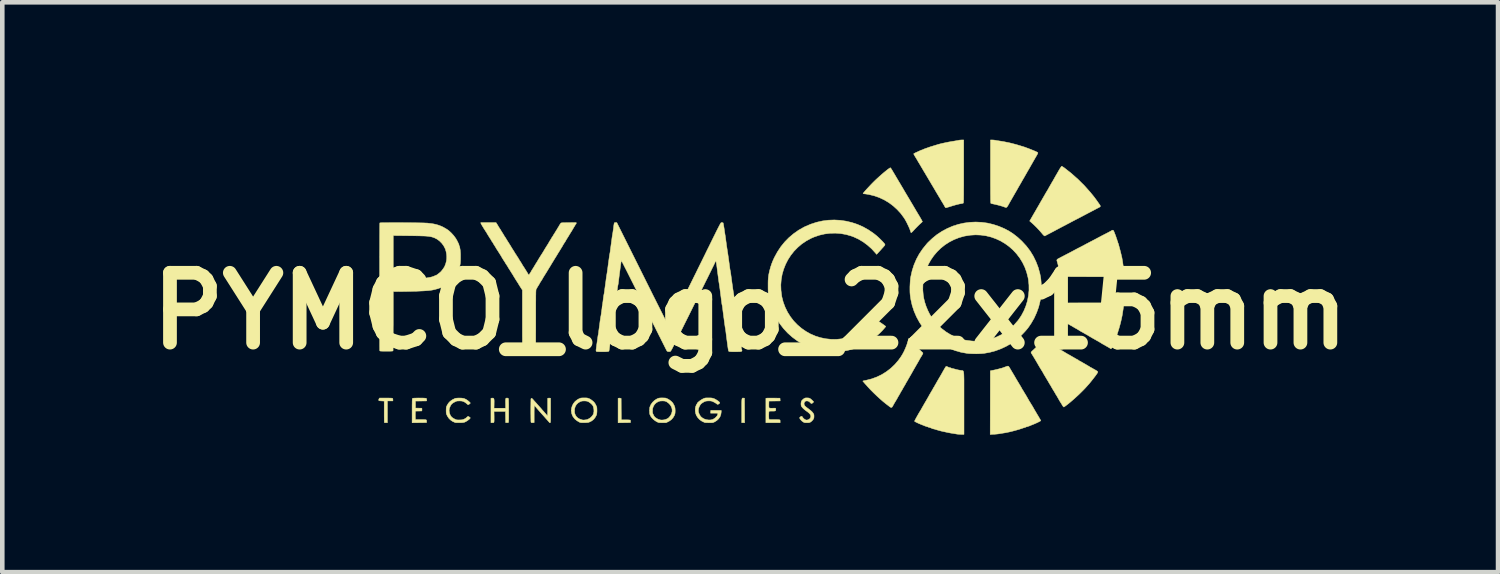
<source format=kicad_pcb>
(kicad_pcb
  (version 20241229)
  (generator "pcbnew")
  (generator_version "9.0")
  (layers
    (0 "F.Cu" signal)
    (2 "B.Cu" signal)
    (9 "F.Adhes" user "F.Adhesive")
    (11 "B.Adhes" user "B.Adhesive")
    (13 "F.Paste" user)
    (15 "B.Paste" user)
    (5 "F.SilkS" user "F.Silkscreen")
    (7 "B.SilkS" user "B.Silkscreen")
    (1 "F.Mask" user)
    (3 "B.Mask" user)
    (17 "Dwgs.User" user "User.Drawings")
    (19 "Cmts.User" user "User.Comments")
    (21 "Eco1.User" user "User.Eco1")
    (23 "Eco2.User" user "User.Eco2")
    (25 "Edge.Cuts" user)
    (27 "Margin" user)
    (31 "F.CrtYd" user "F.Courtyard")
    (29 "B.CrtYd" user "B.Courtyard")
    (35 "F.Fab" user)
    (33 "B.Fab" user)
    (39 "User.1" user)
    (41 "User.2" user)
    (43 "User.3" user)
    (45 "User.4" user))
  (footprint "PYMCO_logo_22x15mm"
    (layer "F.Cu")
    (at 13.324 3.739)
    (property "Reference" "PYMCO_logo_22x15mm" (at 0 0 0) (layer "F.SilkS") (effects (font (size 1.524 1.524) (thickness 0.3))))
    (attr through_hole)
    (fp_poly (pts (xy -0.153 1.899) (xy -0.145 1.9) (xy -0.124 1.902) (xy -0.122 2.17) (xy -0.121 2.438) (xy -0.184 2.438) (xy -0.184 2.176) (xy -0.184 2.109) (xy -0.184 2.054) (xy -0.184 2.009) (xy -0.183 1.973) (xy -0.182 1.947) (xy -0.18 1.927) (xy -0.177 1.913) (xy -0.173 1.905) (xy -0.168 1.9) (xy -0.161 1.899) (xy -0.153 1.899)) (stroke (width 0.01) (type solid)) (fill yes) (layer "F.SilkS"))
    (fp_poly (pts (xy -2.833 1.903) (xy -2.816 1.908) (xy -2.815 2.142) (xy -2.813 2.375) (xy -2.719 2.375) (xy -2.686 2.375) (xy -2.656 2.376) (xy -2.633 2.378) (xy -2.62 2.38) (xy -2.617 2.38) (xy -2.612 2.391) (xy -2.611 2.41) (xy -2.613 2.435) (xy -2.748 2.437) (xy -2.883 2.439) (xy -2.883 1.905) (xy -2.866 1.901) (xy -2.847 1.9) (xy -2.833 1.903)) (stroke (width 0.01) (type solid)) (fill yes) (layer "F.SilkS"))
    (fp_poly (pts (xy -7.901 1.899) (xy -7.862 1.9) (xy -7.834 1.901) (xy -7.815 1.903) (xy -7.806 1.906) (xy -7.805 1.906) (xy -7.8 1.917) (xy -7.798 1.935) (xy -7.798 1.938) (xy -7.798 1.962) (xy -7.918 1.962) (xy -7.918 2.438) (xy -7.949 2.438) (xy -7.968 2.438) (xy -7.981 2.435) (xy -7.984 2.434) (xy -7.985 2.427) (xy -7.986 2.408) (xy -7.987 2.38) (xy -7.987 2.344) (xy -7.988 2.3) (xy -7.988 2.251) (xy -7.988 2.198) (xy -7.988 2.197) (xy -7.988 1.965) (xy -8.047 1.962) (xy -8.074 1.96) (xy -8.092 1.959) (xy -8.102 1.956) (xy -8.106 1.951) (xy -8.108 1.944) (xy -8.106 1.928) (xy -8.1 1.914) (xy -8.09 1.899) (xy -7.951 1.899) (xy -7.901 1.899)) (stroke (width 0.01) (type solid)) (fill yes) (layer "F.SilkS"))
    (fp_poly (pts (xy -5.286 1.903) (xy -5.277 1.911) (xy -5.276 1.92) (xy -5.274 1.94) (xy -5.273 1.969) (xy -5.272 2.006) (xy -5.271 2.049) (xy -5.271 2.096) (xy -5.271 2.145) (xy -5.271 2.195) (xy -5.271 2.245) (xy -5.271 2.292) (xy -5.271 2.335) (xy -5.272 2.372) (xy -5.273 2.401) (xy -5.274 2.421) (xy -5.276 2.431) (xy -5.276 2.431) (xy -5.287 2.436) (xy -5.308 2.437) (xy -5.309 2.437) (xy -5.337 2.435) (xy -5.339 2.313) (xy -5.341 2.191) (xy -5.466 2.191) (xy -5.591 2.191) (xy -5.589 2.293) (xy -5.589 2.33) (xy -5.589 2.363) (xy -5.589 2.391) (xy -5.59 2.411) (xy -5.591 2.417) (xy -5.594 2.43) (xy -5.6 2.436) (xy -5.611 2.438) (xy -5.626 2.438) (xy -5.658 2.438) (xy -5.658 1.905) (xy -5.642 1.901) (xy -5.623 1.9) (xy -5.611 1.901) (xy -5.602 1.905) (xy -5.596 1.913) (xy -5.591 1.926) (xy -5.589 1.947) (xy -5.588 1.976) (xy -5.589 2.016) (xy -5.589 2.035) (xy -5.591 2.121) (xy -5.337 2.121) (xy -5.339 2.019) (xy -5.34 1.974) (xy -5.339 1.942) (xy -5.337 1.92) (xy -5.334 1.909) (xy -5.334 1.908) (xy -5.321 1.9) (xy -5.303 1.899) (xy -5.286 1.903)) (stroke (width 0.01) (type solid)) (fill yes) (layer "F.SilkS"))
    (fp_poly (pts (xy 0.495 1.9) (xy 0.511 1.9) (xy 0.651 1.902) (xy 0.653 1.932) (xy 0.655 1.962) (xy 0.532 1.964) (xy 0.41 1.965) (xy 0.408 2.034) (xy 0.408 2.071) (xy 0.409 2.096) (xy 0.412 2.11) (xy 0.414 2.113) (xy 0.421 2.117) (xy 0.434 2.12) (xy 0.456 2.121) (xy 0.482 2.121) (xy 0.509 2.12) (xy 0.532 2.12) (xy 0.547 2.12) (xy 0.551 2.12) (xy 0.556 2.127) (xy 0.559 2.144) (xy 0.559 2.149) (xy 0.558 2.164) (xy 0.555 2.174) (xy 0.546 2.18) (xy 0.531 2.183) (xy 0.507 2.184) (xy 0.479 2.184) (xy 0.452 2.184) (xy 0.43 2.185) (xy 0.416 2.186) (xy 0.413 2.187) (xy 0.41 2.195) (xy 0.408 2.213) (xy 0.407 2.238) (xy 0.406 2.266) (xy 0.406 2.296) (xy 0.407 2.324) (xy 0.409 2.347) (xy 0.412 2.362) (xy 0.414 2.366) (xy 0.423 2.368) (xy 0.442 2.369) (xy 0.469 2.37) (xy 0.502 2.37) (xy 0.518 2.37) (xy 0.554 2.37) (xy 0.586 2.37) (xy 0.612 2.371) (xy 0.63 2.372) (xy 0.634 2.373) (xy 0.646 2.376) (xy 0.652 2.382) (xy 0.654 2.394) (xy 0.654 2.407) (xy 0.654 2.438) (xy 0.343 2.438) (xy 0.343 1.905) (xy 0.357 1.902) (xy 0.368 1.901) (xy 0.389 1.9) (xy 0.418 1.9) (xy 0.454 1.9) (xy 0.495 1.9)) (stroke (width 0.01) (type solid)) (fill yes) (layer "F.SilkS"))
    (fp_poly (pts (xy -7.197 1.899) (xy -7.16 1.899) (xy -7.126 1.9) (xy -7.098 1.902) (xy -7.079 1.904) (xy -7.069 1.906) (xy -7.069 1.906) (xy -7.064 1.917) (xy -7.061 1.935) (xy -7.061 1.938) (xy -7.061 1.962) (xy -7.183 1.964) (xy -7.306 1.965) (xy -7.306 2.118) (xy -7.242 2.119) (xy -7.214 2.12) (xy -7.191 2.12) (xy -7.175 2.12) (xy -7.17 2.121) (xy -7.165 2.125) (xy -7.164 2.14) (xy -7.164 2.151) (xy -7.166 2.181) (xy -7.229 2.183) (xy -7.257 2.183) (xy -7.281 2.184) (xy -7.296 2.184) (xy -7.301 2.184) (xy -7.304 2.188) (xy -7.307 2.199) (xy -7.308 2.219) (xy -7.309 2.249) (xy -7.309 2.276) (xy -7.309 2.315) (xy -7.308 2.342) (xy -7.306 2.359) (xy -7.303 2.367) (xy -7.301 2.369) (xy -7.292 2.369) (xy -7.273 2.369) (xy -7.246 2.369) (xy -7.213 2.369) (xy -7.189 2.369) (xy -7.151 2.369) (xy -7.118 2.37) (xy -7.092 2.372) (xy -7.076 2.374) (xy -7.073 2.375) (xy -7.065 2.383) (xy -7.062 2.396) (xy -7.062 2.409) (xy -7.064 2.435) (xy -7.222 2.437) (xy -7.379 2.439) (xy -7.379 2.175) (xy -7.379 2.11) (xy -7.379 2.057) (xy -7.378 2.014) (xy -7.378 1.981) (xy -7.377 1.955) (xy -7.376 1.936) (xy -7.375 1.923) (xy -7.373 1.915) (xy -7.371 1.91) (xy -7.369 1.907) (xy -7.366 1.905) (xy -7.356 1.903) (xy -7.335 1.901) (xy -7.306 1.9) (xy -7.272 1.899) (xy -7.235 1.898) (xy -7.197 1.899)) (stroke (width 0.01) (type solid)) (fill yes) (layer "F.SilkS"))
    (fp_poly (pts (xy -4.372 1.901) (xy -4.356 1.905) (xy -4.356 2.172) (xy -4.356 2.237) (xy -4.356 2.291) (xy -4.356 2.334) (xy -4.357 2.367) (xy -4.357 2.393) (xy -4.358 2.412) (xy -4.36 2.424) (xy -4.361 2.432) (xy -4.363 2.436) (xy -4.366 2.438) (xy -4.368 2.438) (xy -4.379 2.436) (xy -4.383 2.433) (xy -4.386 2.428) (xy -4.394 2.418) (xy -4.409 2.401) (xy -4.429 2.378) (xy -4.457 2.347) (xy -4.492 2.307) (xy -4.508 2.289) (xy -4.553 2.24) (xy -4.588 2.2) (xy -4.616 2.168) (xy -4.636 2.145) (xy -4.646 2.134) (xy -4.665 2.111) (xy -4.683 2.09) (xy -4.698 2.074) (xy -4.708 2.065) (xy -4.711 2.064) (xy -4.712 2.07) (xy -4.713 2.087) (xy -4.714 2.114) (xy -4.714 2.149) (xy -4.715 2.19) (xy -4.715 2.236) (xy -4.715 2.249) (xy -4.715 2.435) (xy -4.747 2.437) (xy -4.767 2.438) (xy -4.777 2.435) (xy -4.782 2.429) (xy -4.784 2.424) (xy -4.785 2.415) (xy -4.786 2.394) (xy -4.786 2.364) (xy -4.787 2.327) (xy -4.787 2.284) (xy -4.788 2.237) (xy -4.788 2.188) (xy -4.788 2.138) (xy -4.788 2.089) (xy -4.787 2.043) (xy -4.787 2.002) (xy -4.786 1.966) (xy -4.786 1.939) (xy -4.785 1.921) (xy -4.784 1.915) (xy -4.776 1.906) (xy -4.772 1.905) (xy -4.767 1.905) (xy -4.762 1.908) (xy -4.756 1.914) (xy -4.745 1.924) (xy -4.73 1.942) (xy -4.709 1.966) (xy -4.688 1.989) (xy -4.662 2.018) (xy -4.636 2.048) (xy -4.619 2.067) (xy -4.597 2.091) (xy -4.576 2.115) (xy -4.559 2.134) (xy -4.549 2.146) (xy -4.534 2.164) (xy -4.515 2.184) (xy -4.507 2.193) (xy -4.49 2.213) (xy -4.47 2.236) (xy -4.456 2.252) (xy -4.442 2.269) (xy -4.43 2.281) (xy -4.424 2.286) (xy -4.423 2.28) (xy -4.422 2.263) (xy -4.421 2.236) (xy -4.42 2.201) (xy -4.42 2.16) (xy -4.42 2.113) (xy -4.42 2.096) (xy -4.42 1.905) (xy -4.404 1.901) (xy -4.385 1.9) (xy -4.372 1.901)) (stroke (width 0.01) (type solid)) (fill yes) (layer "F.SilkS"))
    (fp_poly (pts (xy 1.266 1.897) (xy 1.29 1.901) (xy 1.299 1.905) (xy 1.311 1.912) (xy 1.328 1.925) (xy 1.346 1.941) (xy 1.363 1.957) (xy 1.377 1.971) (xy 1.384 1.98) (xy 1.384 1.982) (xy 1.38 1.991) (xy 1.368 2.002) (xy 1.354 2.013) (xy 1.342 2.019) (xy 1.339 2.019) (xy 1.328 2.015) (xy 1.315 2.003) (xy 1.314 2.002) (xy 1.29 1.978) (xy 1.262 1.965) (xy 1.237 1.962) (xy 1.217 1.964) (xy 1.204 1.969) (xy 1.191 1.982) (xy 1.178 2.006) (xy 1.176 2.033) (xy 1.186 2.058) (xy 1.193 2.068) (xy 1.201 2.078) (xy 1.212 2.088) (xy 1.227 2.1) (xy 1.249 2.117) (xy 1.267 2.13) (xy 1.299 2.155) (xy 1.323 2.174) (xy 1.34 2.189) (xy 1.354 2.203) (xy 1.366 2.218) (xy 1.374 2.229) (xy 1.385 2.247) (xy 1.391 2.262) (xy 1.393 2.282) (xy 1.393 2.299) (xy 1.392 2.324) (xy 1.388 2.342) (xy 1.379 2.36) (xy 1.372 2.371) (xy 1.354 2.392) (xy 1.333 2.412) (xy 1.322 2.42) (xy 1.306 2.429) (xy 1.292 2.435) (xy 1.275 2.437) (xy 1.251 2.438) (xy 1.239 2.438) (xy 1.211 2.438) (xy 1.191 2.436) (xy 1.176 2.431) (xy 1.162 2.424) (xy 1.156 2.42) (xy 1.131 2.402) (xy 1.109 2.38) (xy 1.091 2.358) (xy 1.081 2.339) (xy 1.079 2.33) (xy 1.085 2.32) (xy 1.097 2.309) (xy 1.102 2.305) (xy 1.116 2.298) (xy 1.125 2.297) (xy 1.133 2.302) (xy 1.144 2.316) (xy 1.153 2.331) (xy 1.169 2.348) (xy 1.192 2.365) (xy 1.216 2.377) (xy 1.222 2.379) (xy 1.243 2.379) (xy 1.267 2.372) (xy 1.29 2.359) (xy 1.307 2.344) (xy 1.308 2.343) (xy 1.322 2.316) (xy 1.324 2.289) (xy 1.314 2.262) (xy 1.292 2.234) (xy 1.258 2.205) (xy 1.244 2.195) (xy 1.204 2.166) (xy 1.169 2.137) (xy 1.142 2.11) (xy 1.123 2.086) (xy 1.119 2.08) (xy 1.111 2.055) (xy 1.109 2.025) (xy 1.112 1.994) (xy 1.119 1.967) (xy 1.122 1.962) (xy 1.134 1.946) (xy 1.153 1.928) (xy 1.165 1.918) (xy 1.183 1.906) (xy 1.199 1.899) (xy 1.218 1.896) (xy 1.238 1.896) (xy 1.266 1.897)) (stroke (width 0.01) (type solid)) (fill yes) (layer "F.SilkS"))
    (fp_poly (pts (xy 3.063 -3.127) (xy 3.068 -3.12) (xy 3.079 -3.105) (xy 3.093 -3.083) (xy 3.109 -3.056) (xy 3.113 -3.049) (xy 3.129 -3.022) (xy 3.15 -2.987) (xy 3.174 -2.946) (xy 3.2 -2.902) (xy 3.226 -2.858) (xy 3.241 -2.832) (xy 3.265 -2.793) (xy 3.286 -2.757) (xy 3.305 -2.725) (xy 3.321 -2.699) (xy 3.331 -2.681) (xy 3.336 -2.673) (xy 3.341 -2.665) (xy 3.351 -2.647) (xy 3.366 -2.621) (xy 3.385 -2.589) (xy 3.407 -2.552) (xy 3.431 -2.512) (xy 3.456 -2.47) (xy 3.481 -2.428) (xy 3.505 -2.387) (xy 3.528 -2.349) (xy 3.548 -2.315) (xy 3.564 -2.288) (xy 3.576 -2.267) (xy 3.582 -2.257) (xy 3.593 -2.239) (xy 3.603 -2.222) (xy 3.609 -2.212) (xy 3.62 -2.192) (xy 3.636 -2.166) (xy 3.655 -2.134) (xy 3.676 -2.099) (xy 3.686 -2.083) (xy 3.707 -2.047) (xy 3.726 -2.015) (xy 3.741 -1.987) (xy 3.752 -1.967) (xy 3.758 -1.955) (xy 3.759 -1.953) (xy 3.754 -1.946) (xy 3.742 -1.933) (xy 3.724 -1.917) (xy 3.711 -1.905) (xy 3.689 -1.885) (xy 3.662 -1.858) (xy 3.632 -1.828) (xy 3.603 -1.798) (xy 3.596 -1.791) (xy 3.568 -1.76) (xy 3.546 -1.737) (xy 3.531 -1.722) (xy 3.521 -1.714) (xy 3.514 -1.711) (xy 3.51 -1.712) (xy 3.51 -1.713) (xy 3.506 -1.721) (xy 3.501 -1.738) (xy 3.493 -1.76) (xy 3.493 -1.762) (xy 3.48 -1.798) (xy 3.461 -1.841) (xy 3.439 -1.887) (xy 3.416 -1.935) (xy 3.392 -1.979) (xy 3.369 -2.018) (xy 3.362 -2.029) (xy 3.291 -2.126) (xy 3.21 -2.215) (xy 3.122 -2.295) (xy 3.027 -2.366) (xy 2.925 -2.427) (xy 2.818 -2.477) (xy 2.706 -2.516) (xy 2.591 -2.544) (xy 2.527 -2.554) (xy 2.5 -2.557) (xy 2.479 -2.561) (xy 2.466 -2.564) (xy 2.464 -2.565) (xy 2.468 -2.573) (xy 2.48 -2.587) (xy 2.498 -2.609) (xy 2.521 -2.635) (xy 2.548 -2.665) (xy 2.578 -2.697) (xy 2.609 -2.73) (xy 2.64 -2.763) (xy 2.67 -2.794) (xy 2.698 -2.822) (xy 2.703 -2.827) (xy 2.741 -2.864) (xy 2.782 -2.902) (xy 2.824 -2.94) (xy 2.866 -2.977) (xy 2.906 -3.012) (xy 2.945 -3.044) (xy 2.98 -3.072) (xy 3.01 -3.096) (xy 3.035 -3.113) (xy 3.052 -3.124) (xy 3.062 -3.127) (xy 3.063 -3.127)) (stroke (width 0.01) (type solid)) (fill yes) (layer "F.SilkS"))
    (fp_poly (pts (xy -6.301 1.9) (xy -6.263 1.905) (xy -6.23 1.915) (xy -6.199 1.931) (xy -6.187 1.938) (xy -6.168 1.951) (xy -6.148 1.967) (xy -6.13 1.983) (xy -6.116 1.997) (xy -6.109 2.007) (xy -6.109 2.009) (xy -6.114 2.017) (xy -6.125 2.027) (xy -6.14 2.037) (xy -6.152 2.044) (xy -6.157 2.045) (xy -6.164 2.041) (xy -6.177 2.03) (xy -6.188 2.02) (xy -6.209 2.004) (xy -6.234 1.987) (xy -6.25 1.979) (xy -6.269 1.971) (xy -6.288 1.966) (xy -6.308 1.963) (xy -6.337 1.962) (xy -6.345 1.962) (xy -6.374 1.963) (xy -6.395 1.964) (xy -6.412 1.968) (xy -6.43 1.976) (xy -6.449 1.985) (xy -6.483 2.004) (xy -6.508 2.023) (xy -6.527 2.044) (xy -6.543 2.072) (xy -6.548 2.082) (xy -6.565 2.125) (xy -6.571 2.166) (xy -6.567 2.208) (xy -6.56 2.235) (xy -6.547 2.27) (xy -6.53 2.298) (xy -6.507 2.322) (xy -6.476 2.344) (xy -6.434 2.365) (xy -6.421 2.371) (xy -6.405 2.375) (xy -6.38 2.377) (xy -6.35 2.377) (xy -6.318 2.376) (xy -6.29 2.374) (xy -6.269 2.369) (xy -6.267 2.369) (xy -6.237 2.356) (xy -6.206 2.338) (xy -6.181 2.317) (xy -6.176 2.312) (xy -6.165 2.302) (xy -6.157 2.299) (xy -6.147 2.302) (xy -6.133 2.311) (xy -6.12 2.321) (xy -6.11 2.33) (xy -6.109 2.333) (xy -6.114 2.343) (xy -6.127 2.357) (xy -6.146 2.373) (xy -6.169 2.39) (xy -6.192 2.405) (xy -6.21 2.415) (xy -6.227 2.423) (xy -6.242 2.429) (xy -6.257 2.432) (xy -6.275 2.435) (xy -6.299 2.436) (xy -6.333 2.436) (xy -6.34 2.437) (xy -6.373 2.437) (xy -6.402 2.436) (xy -6.424 2.436) (xy -6.437 2.435) (xy -6.439 2.434) (xy -6.495 2.409) (xy -6.54 2.378) (xy -6.576 2.342) (xy -6.606 2.298) (xy -6.614 2.282) (xy -6.624 2.261) (xy -6.63 2.244) (xy -6.634 2.228) (xy -6.635 2.208) (xy -6.636 2.18) (xy -6.636 2.169) (xy -6.635 2.137) (xy -6.634 2.115) (xy -6.631 2.097) (xy -6.626 2.081) (xy -6.617 2.062) (xy -6.616 2.06) (xy -6.588 2.013) (xy -6.55 1.972) (xy -6.503 1.938) (xy -6.445 1.909) (xy -6.437 1.906) (xy -6.423 1.903) (xy -6.401 1.901) (xy -6.372 1.899) (xy -6.348 1.899) (xy -6.301 1.9)) (stroke (width 0.01) (type solid)) (fill yes) (layer "F.SilkS"))
    (fp_poly (pts (xy 5.31 -3.733) (xy 5.334 -3.73) (xy 5.346 -3.728) (xy 5.362 -3.725) (xy 5.386 -3.72) (xy 5.416 -3.716) (xy 5.442 -3.712) (xy 5.474 -3.707) (xy 5.504 -3.702) (xy 5.528 -3.698) (xy 5.54 -3.696) (xy 5.559 -3.692) (xy 5.585 -3.687) (xy 5.613 -3.681) (xy 5.62 -3.68) (xy 5.666 -3.67) (xy 5.719 -3.657) (xy 5.776 -3.642) (xy 5.831 -3.627) (xy 5.867 -3.616) (xy 5.894 -3.608) (xy 5.919 -3.6) (xy 5.937 -3.595) (xy 5.94 -3.594) (xy 5.963 -3.587) (xy 5.994 -3.577) (xy 6.033 -3.562) (xy 6.078 -3.546) (xy 6.125 -3.527) (xy 6.173 -3.508) (xy 6.183 -3.504) (xy 6.221 -3.488) (xy 6.249 -3.475) (xy 6.267 -3.466) (xy 6.277 -3.459) (xy 6.28 -3.453) (xy 6.28 -3.452) (xy 6.277 -3.442) (xy 6.269 -3.424) (xy 6.256 -3.401) (xy 6.246 -3.383) (xy 6.23 -3.356) (xy 6.215 -3.33) (xy 6.204 -3.31) (xy 6.199 -3.302) (xy 6.192 -3.289) (xy 6.178 -3.266) (xy 6.161 -3.235) (xy 6.139 -3.197) (xy 6.115 -3.155) (xy 6.089 -3.109) (xy 6.061 -3.061) (xy 6.033 -3.012) (xy 6.006 -2.965) (xy 5.98 -2.919) (xy 5.956 -2.878) (xy 5.935 -2.842) (xy 5.928 -2.829) (xy 5.908 -2.794) (xy 5.889 -2.761) (xy 5.873 -2.733) (xy 5.86 -2.712) (xy 5.853 -2.699) (xy 5.853 -2.699) (xy 5.838 -2.672) (xy 5.818 -2.637) (xy 5.795 -2.597) (xy 5.771 -2.556) (xy 5.749 -2.517) (xy 5.729 -2.483) (xy 5.722 -2.47) (xy 5.704 -2.439) (xy 5.683 -2.402) (xy 5.661 -2.364) (xy 5.645 -2.335) (xy 5.627 -2.303) (xy 5.613 -2.281) (xy 5.601 -2.267) (xy 5.589 -2.261) (xy 5.577 -2.261) (xy 5.562 -2.266) (xy 5.556 -2.268) (xy 5.527 -2.279) (xy 5.489 -2.291) (xy 5.445 -2.304) (xy 5.398 -2.316) (xy 5.352 -2.327) (xy 5.31 -2.336) (xy 5.305 -2.337) (xy 5.282 -2.342) (xy 5.263 -2.347) (xy 5.253 -2.351) (xy 5.253 -2.351) (xy 5.252 -2.355) (xy 5.251 -2.363) (xy 5.25 -2.378) (xy 5.249 -2.398) (xy 5.248 -2.426) (xy 5.247 -2.461) (xy 5.247 -2.504) (xy 5.246 -2.556) (xy 5.246 -2.617) (xy 5.246 -2.688) (xy 5.245 -2.769) (xy 5.245 -2.862) (xy 5.245 -2.966) (xy 5.245 -3.046) (xy 5.245 -3.734) (xy 5.284 -3.734) (xy 5.31 -3.733)) (stroke (width 0.01) (type solid)) (fill yes) (layer "F.SilkS"))
    (fp_poly (pts (xy -0.868 1.896) (xy -0.834 1.899) (xy -0.806 1.906) (xy -0.779 1.916) (xy -0.75 1.932) (xy -0.733 1.942) (xy -0.701 1.963) (xy -0.679 1.981) (xy -0.667 1.995) (xy -0.664 2.006) (xy -0.671 2.017) (xy -0.686 2.028) (xy -0.702 2.036) (xy -0.713 2.037) (xy -0.725 2.03) (xy -0.734 2.022) (xy -0.749 2.012) (xy -0.771 1.999) (xy -0.796 1.985) (xy -0.799 1.984) (xy -0.823 1.973) (xy -0.842 1.966) (xy -0.861 1.963) (xy -0.884 1.961) (xy -0.905 1.961) (xy -0.941 1.963) (xy -0.97 1.967) (xy -0.996 1.976) (xy -1.024 1.992) (xy -1.041 2.003) (xy -1.063 2.018) (xy -1.079 2.034) (xy -1.092 2.052) (xy -1.106 2.077) (xy -1.111 2.087) (xy -1.125 2.124) (xy -1.131 2.163) (xy -1.129 2.199) (xy -1.123 2.221) (xy -1.111 2.25) (xy -1.1 2.271) (xy -1.089 2.288) (xy -1.077 2.304) (xy -1.073 2.308) (xy -1.039 2.336) (xy -0.997 2.358) (xy -0.95 2.372) (xy -0.902 2.378) (xy -0.855 2.376) (xy -0.813 2.364) (xy -0.81 2.362) (xy -0.777 2.343) (xy -0.749 2.319) (xy -0.726 2.293) (xy -0.71 2.266) (xy -0.705 2.241) (xy -0.706 2.236) (xy -0.71 2.232) (xy -0.719 2.23) (xy -0.736 2.229) (xy -0.761 2.229) (xy -0.785 2.229) (xy -0.864 2.229) (xy -0.862 2.199) (xy -0.86 2.169) (xy -0.632 2.169) (xy -0.632 2.203) (xy -0.64 2.258) (xy -0.658 2.307) (xy -0.688 2.351) (xy -0.728 2.389) (xy -0.774 2.418) (xy -0.791 2.426) (xy -0.805 2.432) (xy -0.82 2.436) (xy -0.837 2.437) (xy -0.861 2.438) (xy -0.895 2.438) (xy -0.898 2.438) (xy -0.93 2.437) (xy -0.958 2.437) (xy -0.979 2.435) (xy -0.99 2.434) (xy -0.991 2.434) (xy -1.051 2.406) (xy -1.102 2.371) (xy -1.143 2.327) (xy -1.175 2.277) (xy -1.175 2.276) (xy -1.191 2.231) (xy -1.199 2.183) (xy -1.199 2.134) (xy -1.191 2.089) (xy -1.175 2.049) (xy -1.168 2.037) (xy -1.159 2.024) (xy -1.156 2.015) (xy -1.156 2.015) (xy -1.151 2.006) (xy -1.137 1.991) (xy -1.117 1.974) (xy -1.094 1.956) (xy -1.069 1.939) (xy -1.045 1.925) (xy -1.038 1.921) (xy -1.016 1.91) (xy -0.999 1.903) (xy -0.984 1.899) (xy -0.966 1.897) (xy -0.942 1.896) (xy -0.911 1.896) (xy -0.868 1.896)) (stroke (width 0.01) (type solid)) (fill yes) (layer "F.SilkS"))
    (fp_poly (pts (xy -3.596 1.896) (xy -3.569 1.897) (xy -3.549 1.9) (xy -3.537 1.903) (xy -3.536 1.904) (xy -3.524 1.91) (xy -3.519 1.911) (xy -3.508 1.915) (xy -3.489 1.925) (xy -3.467 1.94) (xy -3.444 1.957) (xy -3.424 1.974) (xy -3.413 1.984) (xy -3.4 1.999) (xy -3.388 2.016) (xy -3.375 2.038) (xy -3.361 2.067) (xy -3.351 2.087) (xy -3.347 2.103) (xy -3.345 2.128) (xy -3.344 2.158) (xy -3.344 2.19) (xy -3.346 2.221) (xy -3.349 2.247) (xy -3.352 2.261) (xy -3.364 2.288) (xy -3.381 2.318) (xy -3.401 2.346) (xy -3.421 2.368) (xy -3.43 2.376) (xy -3.444 2.386) (xy -3.453 2.393) (xy -3.454 2.394) (xy -3.461 2.399) (xy -3.476 2.407) (xy -3.496 2.417) (xy -3.512 2.424) (xy -3.527 2.43) (xy -3.544 2.433) (xy -3.564 2.435) (xy -3.592 2.436) (xy -3.616 2.437) (xy -3.652 2.437) (xy -3.678 2.437) (xy -3.696 2.435) (xy -3.711 2.432) (xy -3.724 2.427) (xy -3.726 2.426) (xy -3.781 2.394) (xy -3.828 2.355) (xy -3.865 2.308) (xy -3.88 2.281) (xy -3.898 2.23) (xy -3.904 2.179) (xy -3.835 2.179) (xy -3.831 2.227) (xy -3.816 2.269) (xy -3.791 2.307) (xy -3.788 2.31) (xy -3.762 2.334) (xy -3.731 2.353) (xy -3.691 2.368) (xy -3.661 2.377) (xy -3.644 2.379) (xy -3.62 2.378) (xy -3.593 2.375) (xy -3.568 2.371) (xy -3.554 2.367) (xy -3.515 2.348) (xy -3.478 2.322) (xy -3.447 2.289) (xy -3.425 2.255) (xy -3.418 2.236) (xy -3.41 2.191) (xy -3.412 2.143) (xy -3.422 2.095) (xy -3.431 2.07) (xy -3.445 2.05) (xy -3.466 2.027) (xy -3.492 2.005) (xy -3.52 1.986) (xy -3.532 1.979) (xy -3.554 1.97) (xy -3.574 1.965) (xy -3.597 1.963) (xy -3.623 1.962) (xy -3.653 1.963) (xy -3.675 1.966) (xy -3.695 1.972) (xy -3.713 1.979) (xy -3.758 2.007) (xy -3.793 2.042) (xy -3.818 2.085) (xy -3.832 2.134) (xy -3.835 2.179) (xy -3.904 2.179) (xy -3.905 2.177) (xy -3.9 2.123) (xy -3.884 2.07) (xy -3.859 2.02) (xy -3.823 1.976) (xy -3.82 1.973) (xy -3.803 1.959) (xy -3.783 1.943) (xy -3.762 1.929) (xy -3.742 1.918) (xy -3.729 1.912) (xy -3.726 1.911) (xy -3.714 1.907) (xy -3.71 1.904) (xy -3.7 1.9) (xy -3.681 1.898) (xy -3.655 1.896) (xy -3.626 1.896) (xy -3.596 1.896)) (stroke (width 0.01) (type solid)) (fill yes) (layer "F.SilkS"))
    (fp_poly (pts (xy -1.89 1.897) (xy -1.863 1.898) (xy -1.843 1.9) (xy -1.834 1.903) (xy -1.817 1.911) (xy -1.8 1.918) (xy -1.758 1.943) (xy -1.719 1.974) (xy -1.707 1.987) (xy -1.693 2.001) (xy -1.685 2.012) (xy -1.683 2.016) (xy -1.68 2.023) (xy -1.672 2.037) (xy -1.668 2.043) (xy -1.654 2.071) (xy -1.644 2.099) (xy -1.639 2.131) (xy -1.637 2.171) (xy -1.637 2.178) (xy -1.638 2.209) (xy -1.64 2.231) (xy -1.644 2.25) (xy -1.651 2.269) (xy -1.656 2.282) (xy -1.685 2.33) (xy -1.722 2.371) (xy -1.769 2.404) (xy -1.786 2.413) (xy -1.837 2.438) (xy -1.914 2.438) (xy -1.944 2.437) (xy -1.971 2.437) (xy -1.991 2.435) (xy -2 2.434) (xy -2.04 2.416) (xy -2.079 2.391) (xy -2.116 2.361) (xy -2.147 2.329) (xy -2.17 2.297) (xy -2.174 2.289) (xy -2.183 2.271) (xy -2.19 2.256) (xy -2.191 2.253) (xy -2.194 2.24) (xy -2.196 2.218) (xy -2.197 2.191) (xy -2.197 2.168) (xy -2.133 2.168) (xy -2.131 2.213) (xy -2.124 2.241) (xy -2.116 2.259) (xy -2.105 2.28) (xy -2.093 2.3) (xy -2.081 2.315) (xy -2.073 2.324) (xy -2.071 2.324) (xy -2.063 2.328) (xy -2.054 2.335) (xy -2.033 2.349) (xy -2.005 2.363) (xy -1.974 2.373) (xy -1.956 2.377) (xy -1.936 2.379) (xy -1.909 2.378) (xy -1.882 2.375) (xy -1.858 2.37) (xy -1.849 2.367) (xy -1.821 2.356) (xy -1.802 2.346) (xy -1.787 2.337) (xy -1.774 2.325) (xy -1.771 2.322) (xy -1.739 2.284) (xy -1.716 2.239) (xy -1.704 2.192) (xy -1.703 2.184) (xy -1.705 2.138) (xy -1.719 2.093) (xy -1.743 2.051) (xy -1.777 2.014) (xy -1.819 1.983) (xy -1.826 1.979) (xy -1.844 1.971) (xy -1.86 1.966) (xy -1.88 1.963) (xy -1.906 1.962) (xy -1.917 1.962) (xy -1.947 1.963) (xy -1.968 1.965) (xy -1.985 1.969) (xy -2.004 1.977) (xy -2.013 1.981) (xy -2.043 1.998) (xy -2.067 2.018) (xy -2.09 2.043) (xy -2.112 2.08) (xy -2.127 2.122) (xy -2.133 2.168) (xy -2.197 2.168) (xy -2.197 2.161) (xy -2.195 2.133) (xy -2.193 2.109) (xy -2.19 2.096) (xy -2.166 2.041) (xy -2.131 1.992) (xy -2.088 1.951) (xy -2.038 1.919) (xy -2.035 1.918) (xy -2.015 1.908) (xy -1.998 1.902) (xy -1.981 1.899) (xy -1.96 1.897) (xy -1.932 1.896) (xy -1.92 1.896) (xy -1.89 1.897)) (stroke (width 0.01) (type solid)) (fill yes) (layer "F.SilkS"))
    (fp_poly (pts (xy 6.806 -3.158) (xy 6.822 -3.149) (xy 6.842 -3.135) (xy 6.859 -3.124) (xy 7.011 -3.004) (xy 7.157 -2.874) (xy 7.296 -2.736) (xy 7.426 -2.59) (xy 7.446 -2.565) (xy 7.479 -2.525) (xy 7.508 -2.489) (xy 7.533 -2.455) (xy 7.559 -2.42) (xy 7.587 -2.38) (xy 7.618 -2.336) (xy 7.635 -2.311) (xy 7.643 -2.295) (xy 7.643 -2.283) (xy 7.634 -2.273) (xy 7.615 -2.262) (xy 7.598 -2.253) (xy 7.574 -2.241) (xy 7.546 -2.226) (xy 7.531 -2.218) (xy 7.514 -2.209) (xy 7.488 -2.195) (xy 7.456 -2.179) (xy 7.421 -2.16) (xy 7.389 -2.144) (xy 7.354 -2.125) (xy 7.321 -2.108) (xy 7.293 -2.093) (xy 7.272 -2.082) (xy 7.26 -2.076) (xy 7.248 -2.069) (xy 7.226 -2.058) (xy 7.198 -2.043) (xy 7.164 -2.025) (xy 7.129 -2.007) (xy 7.128 -2.007) (xy 7.092 -1.988) (xy 7.059 -1.971) (xy 7.031 -1.956) (xy 7.009 -1.945) (xy 6.997 -1.938) (xy 6.997 -1.938) (xy 6.984 -1.931) (xy 6.962 -1.919) (xy 6.934 -1.905) (xy 6.902 -1.888) (xy 6.88 -1.876) (xy 6.839 -1.855) (xy 6.791 -1.83) (xy 6.744 -1.805) (xy 6.701 -1.782) (xy 6.693 -1.778) (xy 6.654 -1.757) (xy 6.611 -1.734) (xy 6.569 -1.712) (xy 6.533 -1.693) (xy 6.525 -1.689) (xy 6.496 -1.674) (xy 6.471 -1.661) (xy 6.453 -1.651) (xy 6.443 -1.645) (xy 6.442 -1.644) (xy 6.434 -1.639) (xy 6.424 -1.641) (xy 6.41 -1.65) (xy 6.393 -1.667) (xy 6.37 -1.694) (xy 6.365 -1.7) (xy 6.314 -1.759) (xy 6.256 -1.821) (xy 6.195 -1.881) (xy 6.151 -1.921) (xy 6.101 -1.965) (xy 6.16 -2.067) (xy 6.184 -2.109) (xy 6.212 -2.157) (xy 6.241 -2.207) (xy 6.267 -2.253) (xy 6.279 -2.273) (xy 6.3 -2.309) (xy 6.319 -2.343) (xy 6.337 -2.374) (xy 6.351 -2.399) (xy 6.36 -2.413) (xy 6.371 -2.433) (xy 6.386 -2.46) (xy 6.404 -2.49) (xy 6.42 -2.518) (xy 6.438 -2.549) (xy 6.456 -2.581) (xy 6.473 -2.609) (xy 6.484 -2.627) (xy 6.496 -2.647) (xy 6.505 -2.662) (xy 6.509 -2.669) (xy 6.509 -2.669) (xy 6.512 -2.675) (xy 6.52 -2.691) (xy 6.534 -2.714) (xy 6.551 -2.745) (xy 6.572 -2.78) (xy 6.594 -2.82) (xy 6.597 -2.823) (xy 6.621 -2.865) (xy 6.644 -2.906) (xy 6.665 -2.943) (xy 6.683 -2.974) (xy 6.697 -2.998) (xy 6.705 -3.012) (xy 6.725 -3.047) (xy 6.744 -3.08) (xy 6.762 -3.11) (xy 6.778 -3.134) (xy 6.79 -3.151) (xy 6.798 -3.16) (xy 6.799 -3.16) (xy 6.806 -3.158)) (stroke (width 0.01) (type solid)) (fill yes) (layer "F.SilkS"))
    (fp_poly (pts (xy 3.477 0.607) (xy 3.493 0.626) (xy 3.496 0.63) (xy 3.535 0.678) (xy 3.581 0.73) (xy 3.631 0.782) (xy 3.682 0.831) (xy 3.702 0.85) (xy 3.726 0.872) (xy 3.747 0.891) (xy 3.762 0.906) (xy 3.77 0.914) (xy 3.771 0.915) (xy 3.77 0.925) (xy 3.763 0.942) (xy 3.752 0.962) (xy 3.745 0.974) (xy 3.725 1.006) (xy 3.71 1.031) (xy 3.7 1.049) (xy 3.696 1.056) (xy 3.696 1.057) (xy 3.693 1.063) (xy 3.684 1.078) (xy 3.671 1.102) (xy 3.654 1.131) (xy 3.634 1.166) (xy 3.619 1.191) (xy 3.598 1.228) (xy 3.579 1.261) (xy 3.563 1.288) (xy 3.552 1.309) (xy 3.545 1.321) (xy 3.543 1.324) (xy 3.54 1.33) (xy 3.532 1.344) (xy 3.52 1.366) (xy 3.505 1.392) (xy 3.501 1.398) (xy 3.484 1.428) (xy 3.467 1.457) (xy 3.453 1.481) (xy 3.443 1.498) (xy 3.443 1.499) (xy 3.432 1.519) (xy 3.421 1.537) (xy 3.417 1.543) (xy 3.406 1.561) (xy 3.397 1.578) (xy 3.39 1.592) (xy 3.378 1.613) (xy 3.363 1.638) (xy 3.354 1.653) (xy 3.341 1.676) (xy 3.329 1.696) (xy 3.323 1.708) (xy 3.321 1.711) (xy 3.318 1.718) (xy 3.31 1.732) (xy 3.299 1.749) (xy 3.287 1.767) (xy 3.279 1.781) (xy 3.277 1.787) (xy 3.274 1.794) (xy 3.265 1.808) (xy 3.254 1.829) (xy 3.248 1.839) (xy 3.235 1.86) (xy 3.225 1.877) (xy 3.22 1.887) (xy 3.219 1.889) (xy 3.216 1.895) (xy 3.208 1.909) (xy 3.196 1.93) (xy 3.184 1.95) (xy 3.162 1.986) (xy 3.144 2.016) (xy 3.127 2.047) (xy 3.107 2.083) (xy 3.105 2.086) (xy 3.093 2.101) (xy 3.079 2.105) (xy 3.061 2.099) (xy 3.044 2.087) (xy 3.027 2.074) (xy 3.004 2.056) (xy 2.979 2.037) (xy 2.971 2.031) (xy 2.906 1.979) (xy 2.837 1.919) (xy 2.765 1.853) (xy 2.694 1.785) (xy 2.626 1.717) (xy 2.564 1.65) (xy 2.54 1.622) (xy 2.516 1.596) (xy 2.495 1.572) (xy 2.479 1.553) (xy 2.468 1.54) (xy 2.465 1.537) (xy 2.46 1.533) (xy 2.459 1.53) (xy 2.462 1.527) (xy 2.471 1.524) (xy 2.488 1.52) (xy 2.514 1.515) (xy 2.533 1.511) (xy 2.651 1.481) (xy 2.765 1.439) (xy 2.873 1.387) (xy 2.975 1.323) (xy 3.071 1.249) (xy 3.158 1.166) (xy 3.238 1.073) (xy 3.29 1) (xy 3.326 0.942) (xy 3.361 0.876) (xy 3.392 0.806) (xy 3.419 0.737) (xy 3.44 0.671) (xy 3.448 0.641) (xy 3.454 0.615) (xy 3.46 0.601) (xy 3.467 0.599) (xy 3.477 0.607)) (stroke (width 0.01) (type solid)) (fill yes) (layer "F.SilkS"))
    (fp_poly (pts (xy 4.661 -3.049) (xy 4.661 -2.936) (xy 4.661 -2.836) (xy 4.661 -2.747) (xy 4.66 -2.669) (xy 4.66 -2.601) (xy 4.66 -2.543) (xy 4.659 -2.494) (xy 4.659 -2.454) (xy 4.658 -2.422) (xy 4.657 -2.396) (xy 4.656 -2.378) (xy 4.655 -2.366) (xy 4.654 -2.359) (xy 4.653 -2.357) (xy 4.642 -2.352) (xy 4.624 -2.348) (xy 4.616 -2.346) (xy 4.564 -2.337) (xy 4.503 -2.322) (xy 4.436 -2.303) (xy 4.364 -2.281) (xy 4.346 -2.275) (xy 4.318 -2.267) (xy 4.294 -2.26) (xy 4.278 -2.255) (xy 4.271 -2.254) (xy 4.262 -2.259) (xy 4.252 -2.273) (xy 4.248 -2.28) (xy 4.238 -2.299) (xy 4.224 -2.323) (xy 4.209 -2.348) (xy 4.209 -2.349) (xy 4.195 -2.372) (xy 4.182 -2.393) (xy 4.172 -2.409) (xy 4.172 -2.41) (xy 4.164 -2.423) (xy 4.152 -2.444) (xy 4.137 -2.47) (xy 4.123 -2.492) (xy 4.105 -2.523) (xy 4.082 -2.561) (xy 4.057 -2.603) (xy 4.032 -2.646) (xy 4.008 -2.687) (xy 3.987 -2.722) (xy 3.982 -2.731) (xy 3.975 -2.742) (xy 3.964 -2.761) (xy 3.948 -2.787) (xy 3.93 -2.819) (xy 3.909 -2.853) (xy 3.905 -2.86) (xy 3.885 -2.894) (xy 3.866 -2.926) (xy 3.851 -2.952) (xy 3.839 -2.971) (xy 3.833 -2.982) (xy 3.832 -2.983) (xy 3.825 -2.996) (xy 3.815 -3.013) (xy 3.812 -3.016) (xy 3.806 -3.028) (xy 3.793 -3.048) (xy 3.777 -3.076) (xy 3.757 -3.11) (xy 3.734 -3.148) (xy 3.715 -3.181) (xy 3.69 -3.223) (xy 3.665 -3.264) (xy 3.643 -3.303) (xy 3.623 -3.336) (xy 3.607 -3.362) (xy 3.599 -3.375) (xy 3.586 -3.397) (xy 3.576 -3.416) (xy 3.57 -3.428) (xy 3.569 -3.431) (xy 3.574 -3.436) (xy 3.588 -3.444) (xy 3.609 -3.455) (xy 3.618 -3.459) (xy 3.647 -3.472) (xy 3.679 -3.487) (xy 3.706 -3.499) (xy 3.707 -3.5) (xy 3.728 -3.509) (xy 3.746 -3.515) (xy 3.755 -3.518) (xy 3.755 -3.518) (xy 3.767 -3.522) (xy 3.769 -3.523) (xy 3.779 -3.529) (xy 3.799 -3.537) (xy 3.828 -3.548) (xy 3.863 -3.56) (xy 3.902 -3.574) (xy 3.944 -3.588) (xy 3.987 -3.601) (xy 4.026 -3.613) (xy 4.051 -3.621) (xy 4.073 -3.627) (xy 4.088 -3.632) (xy 4.089 -3.633) (xy 4.112 -3.639) (xy 4.146 -3.648) (xy 4.186 -3.658) (xy 4.232 -3.668) (xy 4.28 -3.678) (xy 4.328 -3.688) (xy 4.374 -3.696) (xy 4.414 -3.703) (xy 4.426 -3.705) (xy 4.464 -3.711) (xy 4.498 -3.717) (xy 4.527 -3.722) (xy 4.548 -3.726) (xy 4.557 -3.728) (xy 4.573 -3.731) (xy 4.597 -3.733) (xy 4.618 -3.734) (xy 4.661 -3.734) (xy 4.661 -3.049)) (stroke (width 0.01) (type solid)) (fill yes) (layer "F.SilkS"))
    (fp_poly (pts (xy 7.922 -1.764) (xy 7.928 -1.758) (xy 7.935 -1.746) (xy 7.944 -1.727) (xy 7.955 -1.698) (xy 7.962 -1.681) (xy 7.974 -1.65) (xy 7.984 -1.623) (xy 7.991 -1.601) (xy 7.994 -1.588) (xy 7.995 -1.586) (xy 7.998 -1.575) (xy 8.001 -1.572) (xy 8.006 -1.563) (xy 8.007 -1.553) (xy 8.009 -1.539) (xy 8.013 -1.534) (xy 8.018 -1.526) (xy 8.022 -1.511) (xy 8.023 -1.507) (xy 8.027 -1.489) (xy 8.032 -1.478) (xy 8.032 -1.476) (xy 8.038 -1.466) (xy 8.041 -1.454) (xy 8.044 -1.442) (xy 8.049 -1.421) (xy 8.057 -1.393) (xy 8.065 -1.362) (xy 8.066 -1.359) (xy 8.075 -1.325) (xy 8.084 -1.291) (xy 8.091 -1.262) (xy 8.096 -1.241) (xy 8.102 -1.216) (xy 8.107 -1.193) (xy 8.11 -1.181) (xy 8.114 -1.166) (xy 8.118 -1.143) (xy 8.123 -1.112) (xy 8.13 -1.072) (xy 8.137 -1.022) (xy 8.146 -0.96) (xy 8.148 -0.953) (xy 8.151 -0.926) (xy 8.154 -0.892) (xy 8.156 -0.855) (xy 8.158 -0.827) (xy 8.16 -0.749) (xy 7.473 -0.749) (xy 7.38 -0.749) (xy 7.291 -0.75) (xy 7.207 -0.75) (xy 7.127 -0.75) (xy 7.054 -0.75) (xy 6.987 -0.751) (xy 6.929 -0.751) (xy 6.878 -0.752) (xy 6.837 -0.752) (xy 6.806 -0.753) (xy 6.786 -0.753) (xy 6.778 -0.754) (xy 6.778 -0.754) (xy 6.774 -0.762) (xy 6.769 -0.78) (xy 6.763 -0.804) (xy 6.76 -0.822) (xy 6.752 -0.864) (xy 6.743 -0.908) (xy 6.733 -0.953) (xy 6.723 -0.995) (xy 6.714 -1.033) (xy 6.705 -1.064) (xy 6.699 -1.085) (xy 6.693 -1.107) (xy 6.698 -1.123) (xy 6.708 -1.132) (xy 6.713 -1.136) (xy 6.722 -1.141) (xy 6.735 -1.148) (xy 6.752 -1.157) (xy 6.776 -1.17) (xy 6.807 -1.186) (xy 6.847 -1.207) (xy 6.895 -1.232) (xy 6.953 -1.262) (xy 6.982 -1.277) (xy 7.01 -1.292) (xy 7.033 -1.304) (xy 7.045 -1.311) (xy 7.059 -1.318) (xy 7.081 -1.33) (xy 7.111 -1.346) (xy 7.145 -1.364) (xy 7.182 -1.383) (xy 7.191 -1.387) (xy 7.227 -1.406) (xy 7.26 -1.423) (xy 7.287 -1.437) (xy 7.306 -1.448) (xy 7.317 -1.453) (xy 7.318 -1.454) (xy 7.326 -1.459) (xy 7.343 -1.468) (xy 7.367 -1.48) (xy 7.396 -1.496) (xy 7.417 -1.507) (xy 7.451 -1.524) (xy 7.484 -1.542) (xy 7.514 -1.557) (xy 7.536 -1.569) (xy 7.544 -1.573) (xy 7.562 -1.583) (xy 7.589 -1.597) (xy 7.621 -1.614) (xy 7.654 -1.631) (xy 7.664 -1.637) (xy 7.728 -1.67) (xy 7.783 -1.698) (xy 7.827 -1.721) (xy 7.86 -1.739) (xy 7.883 -1.752) (xy 7.895 -1.759) (xy 7.896 -1.76) (xy 7.907 -1.764) (xy 7.916 -1.765) (xy 7.922 -1.764)) (stroke (width 0.01) (type solid)) (fill yes) (layer "F.SilkS"))
    (fp_poly (pts (xy 5.634 1.204) (xy 5.642 1.209) (xy 5.651 1.221) (xy 5.664 1.241) (xy 5.674 1.258) (xy 5.68 1.269) (xy 5.691 1.287) (xy 5.702 1.306) (xy 5.717 1.331) (xy 5.729 1.351) (xy 5.74 1.369) (xy 5.752 1.389) (xy 5.766 1.413) (xy 5.782 1.44) (xy 5.797 1.467) (xy 5.811 1.49) (xy 5.821 1.508) (xy 5.826 1.516) (xy 5.832 1.525) (xy 5.842 1.543) (xy 5.857 1.567) (xy 5.874 1.596) (xy 5.885 1.614) (xy 5.903 1.644) (xy 5.918 1.67) (xy 5.929 1.69) (xy 5.936 1.703) (xy 5.937 1.706) (xy 5.941 1.713) (xy 5.95 1.726) (xy 5.953 1.731) (xy 5.963 1.745) (xy 5.969 1.754) (xy 5.969 1.755) (xy 5.972 1.761) (xy 5.98 1.776) (xy 5.993 1.796) (xy 6 1.808) (xy 6.016 1.834) (xy 6.031 1.86) (xy 6.044 1.881) (xy 6.046 1.886) (xy 6.059 1.909) (xy 6.073 1.933) (xy 6.077 1.94) (xy 6.085 1.955) (xy 6.099 1.977) (xy 6.116 2.005) (xy 6.135 2.036) (xy 6.141 2.046) (xy 6.159 2.074) (xy 6.173 2.099) (xy 6.184 2.117) (xy 6.19 2.128) (xy 6.191 2.13) (xy 6.194 2.136) (xy 6.203 2.151) (xy 6.217 2.175) (xy 6.234 2.204) (xy 6.254 2.238) (xy 6.267 2.26) (xy 6.289 2.296) (xy 6.308 2.329) (xy 6.324 2.356) (xy 6.336 2.377) (xy 6.343 2.389) (xy 6.344 2.392) (xy 6.338 2.398) (xy 6.323 2.407) (xy 6.299 2.419) (xy 6.27 2.434) (xy 6.236 2.449) (xy 6.2 2.465) (xy 6.163 2.48) (xy 6.153 2.484) (xy 6.129 2.493) (xy 6.109 2.502) (xy 6.096 2.508) (xy 6.094 2.508) (xy 6.079 2.514) (xy 6.071 2.515) (xy 6.059 2.517) (xy 6.055 2.521) (xy 6.046 2.526) (xy 6.036 2.527) (xy 6.023 2.529) (xy 6.017 2.533) (xy 6.009 2.538) (xy 5.996 2.542) (xy 5.98 2.546) (xy 5.958 2.553) (xy 5.944 2.558) (xy 5.865 2.584) (xy 5.78 2.608) (xy 5.75 2.616) (xy 5.702 2.628) (xy 5.662 2.638) (xy 5.628 2.645) (xy 5.596 2.652) (xy 5.563 2.658) (xy 5.524 2.664) (xy 5.505 2.667) (xy 5.476 2.672) (xy 5.444 2.677) (xy 5.426 2.68) (xy 5.404 2.683) (xy 5.373 2.686) (xy 5.339 2.689) (xy 5.313 2.69) (xy 5.239 2.694) (xy 5.242 1.305) (xy 5.264 1.3) (xy 5.31 1.291) (xy 5.352 1.282) (xy 5.389 1.273) (xy 5.419 1.266) (xy 5.44 1.26) (xy 5.45 1.257) (xy 5.465 1.252) (xy 5.472 1.251) (xy 5.484 1.249) (xy 5.503 1.243) (xy 5.518 1.238) (xy 5.54 1.23) (xy 5.558 1.223) (xy 5.566 1.221) (xy 5.579 1.216) (xy 5.585 1.213) (xy 5.595 1.209) (xy 5.611 1.205) (xy 5.614 1.204) (xy 5.625 1.202) (xy 5.634 1.204)) (stroke (width 0.01) (type solid)) (fill yes) (layer "F.SilkS"))
    (fp_poly (pts (xy 4.292 1.21) (xy 4.295 1.211) (xy 4.325 1.225) (xy 4.347 1.233) (xy 4.361 1.237) (xy 4.369 1.238) (xy 4.38 1.241) (xy 4.384 1.244) (xy 4.392 1.249) (xy 4.407 1.252) (xy 4.408 1.253) (xy 4.426 1.256) (xy 4.45 1.262) (xy 4.467 1.267) (xy 4.508 1.278) (xy 4.544 1.286) (xy 4.583 1.293) (xy 4.601 1.296) (xy 4.611 1.297) (xy 4.62 1.298) (xy 4.629 1.298) (xy 4.636 1.299) (xy 4.642 1.302) (xy 4.647 1.306) (xy 4.652 1.313) (xy 4.656 1.324) (xy 4.659 1.339) (xy 4.662 1.359) (xy 4.664 1.385) (xy 4.665 1.416) (xy 4.666 1.455) (xy 4.667 1.501) (xy 4.667 1.556) (xy 4.667 1.62) (xy 4.667 1.693) (xy 4.667 1.777) (xy 4.667 1.872) (xy 4.667 1.979) (xy 4.667 2.008) (xy 4.667 2.692) (xy 4.602 2.692) (xy 4.571 2.691) (xy 4.543 2.689) (xy 4.52 2.687) (xy 4.512 2.686) (xy 4.492 2.682) (xy 4.466 2.678) (xy 4.439 2.673) (xy 4.439 2.673) (xy 4.373 2.663) (xy 4.303 2.649) (xy 4.233 2.634) (xy 4.166 2.619) (xy 4.104 2.602) (xy 4.052 2.587) (xy 4.044 2.584) (xy 4.022 2.577) (xy 4.005 2.573) (xy 3.997 2.572) (xy 3.983 2.569) (xy 3.977 2.566) (xy 3.95 2.554) (xy 3.926 2.545) (xy 3.909 2.54) (xy 3.905 2.54) (xy 3.893 2.537) (xy 3.889 2.534) (xy 3.881 2.529) (xy 3.87 2.527) (xy 3.857 2.525) (xy 3.851 2.521) (xy 3.842 2.516) (xy 3.835 2.515) (xy 3.819 2.511) (xy 3.812 2.508) (xy 3.801 2.503) (xy 3.781 2.495) (xy 3.758 2.486) (xy 3.753 2.484) (xy 3.711 2.467) (xy 3.673 2.451) (xy 3.64 2.435) (xy 3.613 2.422) (xy 3.596 2.412) (xy 3.588 2.405) (xy 3.588 2.404) (xy 3.591 2.397) (xy 3.599 2.38) (xy 3.611 2.357) (xy 3.626 2.329) (xy 3.643 2.299) (xy 3.66 2.269) (xy 3.676 2.24) (xy 3.691 2.215) (xy 3.702 2.197) (xy 3.708 2.188) (xy 3.713 2.179) (xy 3.723 2.163) (xy 3.738 2.137) (xy 3.755 2.105) (xy 3.761 2.095) (xy 3.772 2.077) (xy 3.786 2.052) (xy 3.803 2.022) (xy 3.813 2.005) (xy 3.839 1.961) (xy 3.859 1.926) (xy 3.874 1.9) (xy 3.886 1.879) (xy 3.895 1.863) (xy 3.902 1.85) (xy 3.908 1.839) (xy 3.914 1.827) (xy 3.925 1.809) (xy 3.94 1.784) (xy 3.956 1.756) (xy 3.966 1.74) (xy 3.98 1.716) (xy 3.991 1.695) (xy 3.999 1.681) (xy 4 1.677) (xy 4.005 1.669) (xy 4.005 1.669) (xy 4.011 1.662) (xy 4.019 1.649) (xy 4.02 1.648) (xy 4.026 1.636) (xy 4.037 1.615) (xy 4.053 1.589) (xy 4.07 1.558) (xy 4.089 1.525) (xy 4.107 1.494) (xy 4.124 1.465) (xy 4.138 1.441) (xy 4.145 1.43) (xy 4.157 1.409) (xy 4.17 1.386) (xy 4.175 1.378) (xy 4.187 1.357) (xy 4.198 1.336) (xy 4.202 1.33) (xy 4.21 1.315) (xy 4.223 1.293) (xy 4.237 1.268) (xy 4.241 1.262) (xy 4.256 1.235) (xy 4.267 1.219) (xy 4.275 1.21) (xy 4.283 1.208) (xy 4.292 1.21)) (stroke (width 0.01) (type solid)) (fill yes) (layer "F.SilkS"))
    (fp_poly (pts (xy 7.543 -0.178) (xy 7.632 -0.178) (xy 7.717 -0.177) (xy 7.796 -0.177) (xy 7.869 -0.177) (xy 7.936 -0.176) (xy 7.995 -0.176) (xy 8.046 -0.176) (xy 8.087 -0.175) (xy 8.118 -0.175) (xy 8.138 -0.174) (xy 8.146 -0.174) (xy 8.156 -0.169) (xy 8.159 -0.161) (xy 8.157 -0.147) (xy 8.154 -0.128) (xy 8.15 -0.103) (xy 8.147 -0.083) (xy 8.14 -0.033) (xy 8.131 0.026) (xy 8.122 0.083) (xy 8.115 0.12) (xy 8.105 0.166) (xy 8.094 0.217) (xy 8.081 0.269) (xy 8.068 0.318) (xy 8.056 0.36) (xy 8.05 0.381) (xy 8.045 0.398) (xy 8.036 0.424) (xy 8.027 0.455) (xy 8.017 0.486) (xy 8.008 0.516) (xy 7.999 0.543) (xy 7.992 0.563) (xy 7.988 0.574) (xy 7.988 0.575) (xy 7.983 0.589) (xy 7.976 0.608) (xy 7.974 0.613) (xy 7.963 0.64) (xy 7.951 0.672) (xy 7.937 0.705) (xy 7.925 0.735) (xy 7.915 0.759) (xy 7.912 0.765) (xy 7.904 0.783) (xy 7.898 0.798) (xy 7.897 0.801) (xy 7.89 0.812) (xy 7.879 0.82) (xy 7.869 0.822) (xy 7.865 0.82) (xy 7.858 0.814) (xy 7.84 0.803) (xy 7.813 0.787) (xy 7.776 0.766) (xy 7.731 0.74) (xy 7.715 0.731) (xy 7.696 0.721) (xy 7.671 0.706) (xy 7.645 0.689) (xy 7.637 0.685) (xy 7.615 0.671) (xy 7.597 0.661) (xy 7.587 0.655) (xy 7.585 0.654) (xy 7.579 0.651) (xy 7.564 0.643) (xy 7.544 0.631) (xy 7.534 0.625) (xy 7.512 0.613) (xy 7.495 0.603) (xy 7.485 0.598) (xy 7.484 0.597) (xy 7.478 0.594) (xy 7.463 0.585) (xy 7.442 0.573) (xy 7.416 0.557) (xy 7.413 0.556) (xy 7.387 0.54) (xy 7.366 0.527) (xy 7.35 0.518) (xy 7.344 0.514) (xy 7.343 0.514) (xy 7.338 0.511) (xy 7.323 0.503) (xy 7.303 0.492) (xy 7.293 0.486) (xy 7.271 0.473) (xy 7.254 0.463) (xy 7.244 0.458) (xy 7.242 0.457) (xy 7.236 0.454) (xy 7.221 0.446) (xy 7.2 0.433) (xy 7.174 0.417) (xy 7.172 0.416) (xy 7.146 0.4) (xy 7.124 0.387) (xy 7.109 0.378) (xy 7.102 0.375) (xy 7.101 0.375) (xy 7.095 0.372) (xy 7.081 0.363) (xy 7.066 0.354) (xy 7.04 0.339) (xy 7.012 0.322) (xy 6.998 0.315) (xy 6.976 0.303) (xy 6.949 0.287) (xy 6.92 0.27) (xy 6.909 0.263) (xy 6.883 0.247) (xy 6.858 0.232) (xy 6.838 0.22) (xy 6.831 0.217) (xy 6.81 0.205) (xy 6.789 0.193) (xy 6.787 0.192) (xy 6.77 0.182) (xy 6.747 0.17) (xy 6.728 0.159) (xy 6.707 0.147) (xy 6.69 0.136) (xy 6.681 0.128) (xy 6.677 0.122) (xy 6.676 0.116) (xy 6.677 0.107) (xy 6.682 0.092) (xy 6.69 0.069) (xy 6.692 0.064) (xy 6.7 0.04) (xy 6.707 0.018) (xy 6.713 -0.006) (xy 6.721 -0.036) (xy 6.73 -0.073) (xy 6.734 -0.092) (xy 6.743 -0.124) (xy 6.751 -0.149) (xy 6.758 -0.165) (xy 6.761 -0.17) (xy 6.765 -0.171) (xy 6.775 -0.172) (xy 6.79 -0.173) (xy 6.812 -0.174) (xy 6.84 -0.175) (xy 6.876 -0.176) (xy 6.921 -0.176) (xy 6.974 -0.177) (xy 7.036 -0.177) (xy 7.109 -0.177) (xy 7.192 -0.178) (xy 7.286 -0.178) (xy 7.392 -0.178) (xy 7.451 -0.178) (xy 7.543 -0.178)) (stroke (width 0.01) (type solid)) (fill yes) (layer "F.SilkS"))
    (fp_poly (pts (xy 1.964 -1.981) (xy 2.093 -1.962) (xy 2.219 -1.932) (xy 2.342 -1.891) (xy 2.463 -1.838) (xy 2.579 -1.773) (xy 2.69 -1.698) (xy 2.757 -1.645) (xy 2.783 -1.622) (xy 2.812 -1.595) (xy 2.842 -1.566) (xy 2.871 -1.537) (xy 2.898 -1.509) (xy 2.919 -1.485) (xy 2.935 -1.466) (xy 2.94 -1.457) (xy 2.942 -1.452) (xy 2.942 -1.446) (xy 2.939 -1.438) (xy 2.931 -1.426) (xy 2.918 -1.411) (xy 2.899 -1.389) (xy 2.872 -1.36) (xy 2.854 -1.339) (xy 2.76 -1.237) (xy 2.734 -1.268) (xy 2.652 -1.358) (xy 2.562 -1.438) (xy 2.466 -1.509) (xy 2.364 -1.57) (xy 2.258 -1.619) (xy 2.209 -1.637) (xy 2.095 -1.67) (xy 1.978 -1.691) (xy 1.86 -1.7) (xy 1.741 -1.697) (xy 1.624 -1.682) (xy 1.508 -1.655) (xy 1.395 -1.616) (xy 1.33 -1.588) (xy 1.225 -1.531) (xy 1.127 -1.465) (xy 1.038 -1.389) (xy 0.957 -1.306) (xy 0.886 -1.216) (xy 0.824 -1.12) (xy 0.772 -1.018) (xy 0.73 -0.911) (xy 0.698 -0.801) (xy 0.678 -0.687) (xy 0.669 -0.57) (xy 0.673 -0.452) (xy 0.688 -0.334) (xy 0.692 -0.309) (xy 0.722 -0.193) (xy 0.764 -0.081) (xy 0.816 0.025) (xy 0.879 0.125) (xy 0.951 0.218) (xy 1.033 0.303) (xy 1.124 0.38) (xy 1.223 0.448) (xy 1.314 0.499) (xy 1.422 0.546) (xy 1.534 0.581) (xy 1.649 0.605) (xy 1.765 0.617) (xy 1.883 0.618) (xy 1.999 0.606) (xy 2.114 0.583) (xy 2.227 0.549) (xy 2.335 0.502) (xy 2.344 0.498) (xy 2.432 0.449) (xy 2.516 0.393) (xy 2.594 0.331) (xy 2.663 0.266) (xy 2.687 0.239) (xy 2.706 0.218) (xy 2.722 0.2) (xy 2.734 0.189) (xy 2.738 0.185) (xy 2.744 0.188) (xy 2.759 0.197) (xy 2.781 0.211) (xy 2.807 0.228) (xy 2.836 0.247) (xy 2.866 0.267) (xy 2.894 0.287) (xy 2.92 0.305) (xy 2.94 0.32) (xy 2.954 0.331) (xy 2.959 0.336) (xy 2.959 0.336) (xy 2.955 0.344) (xy 2.943 0.359) (xy 2.925 0.38) (xy 2.903 0.405) (xy 2.878 0.433) (xy 2.851 0.46) (xy 2.824 0.487) (xy 2.815 0.495) (xy 2.717 0.581) (xy 2.61 0.658) (xy 2.496 0.724) (xy 2.377 0.781) (xy 2.253 0.826) (xy 2.126 0.859) (xy 1.997 0.881) (xy 1.986 0.882) (xy 1.952 0.885) (xy 1.909 0.887) (xy 1.859 0.888) (xy 1.808 0.888) (xy 1.757 0.887) (xy 1.711 0.886) (xy 1.672 0.883) (xy 1.657 0.882) (xy 1.557 0.866) (xy 1.453 0.841) (xy 1.35 0.809) (xy 1.251 0.771) (xy 1.159 0.728) (xy 1.146 0.721) (xy 1.028 0.65) (xy 0.919 0.569) (xy 0.819 0.48) (xy 0.729 0.383) (xy 0.648 0.278) (xy 0.576 0.166) (xy 0.516 0.048) (xy 0.466 -0.077) (xy 0.427 -0.208) (xy 0.406 -0.308) (xy 0.401 -0.336) (xy 0.397 -0.362) (xy 0.394 -0.388) (xy 0.393 -0.416) (xy 0.392 -0.449) (xy 0.391 -0.49) (xy 0.391 -0.54) (xy 0.391 -0.549) (xy 0.391 -0.611) (xy 0.392 -0.663) (xy 0.395 -0.707) (xy 0.399 -0.748) (xy 0.404 -0.787) (xy 0.412 -0.827) (xy 0.422 -0.871) (xy 0.429 -0.898) (xy 0.447 -0.964) (xy 0.467 -1.024) (xy 0.49 -1.084) (xy 0.519 -1.149) (xy 0.53 -1.172) (xy 0.595 -1.291) (xy 0.669 -1.403) (xy 0.753 -1.507) (xy 0.846 -1.602) (xy 0.948 -1.688) (xy 1.057 -1.765) (xy 1.174 -1.831) (xy 1.198 -1.843) (xy 1.322 -1.896) (xy 1.448 -1.937) (xy 1.576 -1.966) (xy 1.705 -1.983) (xy 1.835 -1.988) (xy 1.964 -1.981)) (stroke (width 0.01) (type solid)) (fill yes) (layer "F.SilkS"))
    (fp_poly (pts (xy 5.05 -1.937) (xy 5.178 -1.92) (xy 5.305 -1.89) (xy 5.43 -1.849) (xy 5.553 -1.796) (xy 5.563 -1.791) (xy 5.661 -1.738) (xy 5.751 -1.678) (xy 5.837 -1.611) (xy 5.921 -1.534) (xy 5.937 -1.518) (xy 6.03 -1.417) (xy 6.111 -1.31) (xy 6.181 -1.196) (xy 6.239 -1.076) (xy 6.287 -0.951) (xy 6.323 -0.82) (xy 6.338 -0.746) (xy 6.345 -0.698) (xy 6.35 -0.64) (xy 6.354 -0.577) (xy 6.356 -0.512) (xy 6.355 -0.45) (xy 6.353 -0.392) (xy 6.35 -0.354) (xy 6.33 -0.222) (xy 6.298 -0.092) (xy 6.253 0.034) (xy 6.198 0.156) (xy 6.13 0.273) (xy 6.071 0.359) (xy 6.039 0.399) (xy 6 0.444) (xy 5.957 0.49) (xy 5.912 0.536) (xy 5.869 0.577) (xy 5.83 0.611) (xy 5.826 0.614) (xy 5.719 0.693) (xy 5.605 0.761) (xy 5.484 0.819) (xy 5.359 0.866) (xy 5.231 0.901) (xy 5.103 0.924) (xy 5.057 0.928) (xy 5.001 0.931) (xy 4.941 0.933) (xy 4.879 0.932) (xy 4.819 0.93) (xy 4.766 0.927) (xy 4.731 0.923) (xy 4.603 0.9) (xy 4.476 0.864) (xy 4.353 0.817) (xy 4.234 0.759) (xy 4.121 0.691) (xy 4.016 0.614) (xy 3.978 0.581) (xy 3.934 0.54) (xy 3.89 0.495) (xy 3.846 0.448) (xy 3.807 0.403) (xy 3.774 0.362) (xy 3.771 0.359) (xy 3.696 0.247) (xy 3.631 0.128) (xy 3.578 0.005) (xy 3.536 -0.122) (xy 3.507 -0.252) (xy 3.492 -0.354) (xy 3.488 -0.405) (xy 3.487 -0.464) (xy 3.487 -0.466) (xy 3.768 -0.466) (xy 3.778 -0.348) (xy 3.791 -0.271) (xy 3.812 -0.187) (xy 3.841 -0.1) (xy 3.877 -0.014) (xy 3.917 0.066) (xy 3.948 0.119) (xy 4.016 0.215) (xy 4.094 0.303) (xy 4.18 0.383) (xy 4.273 0.454) (xy 4.373 0.515) (xy 4.479 0.567) (xy 4.589 0.607) (xy 4.702 0.636) (xy 4.818 0.652) (xy 4.828 0.653) (xy 4.865 0.656) (xy 4.893 0.658) (xy 4.916 0.659) (xy 4.938 0.659) (xy 4.962 0.658) (xy 4.992 0.656) (xy 5.014 0.654) (xy 5.136 0.638) (xy 5.255 0.61) (xy 5.368 0.571) (xy 5.475 0.52) (xy 5.577 0.458) (xy 5.673 0.386) (xy 5.761 0.303) (xy 5.843 0.21) (xy 5.855 0.194) (xy 5.92 0.099) (xy 5.974 -0.003) (xy 6.018 -0.11) (xy 6.052 -0.221) (xy 6.074 -0.336) (xy 6.086 -0.452) (xy 6.085 -0.568) (xy 6.073 -0.683) (xy 6.064 -0.733) (xy 6.034 -0.849) (xy 5.994 -0.959) (xy 5.943 -1.063) (xy 5.883 -1.16) (xy 5.814 -1.25) (xy 5.737 -1.333) (xy 5.653 -1.407) (xy 5.562 -1.473) (xy 5.466 -1.53) (xy 5.365 -1.577) (xy 5.259 -1.615) (xy 5.149 -1.642) (xy 5.036 -1.658) (xy 4.921 -1.663) (xy 4.805 -1.656) (xy 4.687 -1.637) (xy 4.676 -1.635) (xy 4.561 -1.603) (xy 4.451 -1.56) (xy 4.348 -1.507) (xy 4.251 -1.445) (xy 4.162 -1.374) (xy 4.081 -1.295) (xy 4.008 -1.209) (xy 3.944 -1.117) (xy 3.889 -1.019) (xy 3.844 -0.915) (xy 3.809 -0.808) (xy 3.784 -0.696) (xy 3.771 -0.582) (xy 3.768 -0.466) (xy 3.487 -0.466) (xy 3.487 -0.528) (xy 3.49 -0.592) (xy 3.494 -0.654) (xy 3.499 -0.71) (xy 3.505 -0.746) (xy 3.535 -0.88) (xy 3.576 -1.008) (xy 3.629 -1.132) (xy 3.693 -1.25) (xy 3.769 -1.361) (xy 3.854 -1.466) (xy 3.88 -1.495) (xy 3.977 -1.587) (xy 4.079 -1.67) (xy 4.188 -1.741) (xy 4.302 -1.802) (xy 4.421 -1.853) (xy 4.542 -1.892) (xy 4.667 -1.92) (xy 4.794 -1.937) (xy 4.922 -1.943) (xy 5.05 -1.937)) (stroke (width 0.01) (type solid)) (fill yes) (layer "F.SilkS"))
    (fp_poly (pts (xy 6.417 0.642) (xy 6.437 0.654) (xy 6.457 0.665) (xy 6.461 0.667) (xy 6.477 0.675) (xy 6.498 0.688) (xy 6.513 0.697) (xy 6.531 0.708) (xy 6.544 0.715) (xy 6.55 0.718) (xy 6.556 0.721) (xy 6.571 0.729) (xy 6.59 0.74) (xy 6.594 0.743) (xy 6.615 0.755) (xy 6.632 0.764) (xy 6.641 0.768) (xy 6.642 0.768) (xy 6.648 0.772) (xy 6.648 0.773) (xy 6.654 0.779) (xy 6.667 0.787) (xy 6.685 0.797) (xy 6.711 0.811) (xy 6.74 0.828) (xy 6.755 0.837) (xy 6.772 0.847) (xy 6.786 0.855) (xy 6.791 0.857) (xy 6.797 0.86) (xy 6.812 0.869) (xy 6.833 0.881) (xy 6.853 0.893) (xy 6.879 0.909) (xy 6.904 0.924) (xy 6.923 0.935) (xy 6.931 0.94) (xy 6.948 0.949) (xy 6.97 0.961) (xy 6.979 0.966) (xy 7.011 0.985) (xy 7.039 1.001) (xy 7.067 1.017) (xy 7.101 1.037) (xy 7.124 1.05) (xy 7.143 1.06) (xy 7.155 1.066) (xy 7.157 1.067) (xy 7.163 1.071) (xy 7.163 1.072) (xy 7.168 1.079) (xy 7.174 1.082) (xy 7.185 1.087) (xy 7.203 1.096) (xy 7.217 1.104) (xy 7.242 1.118) (xy 7.269 1.134) (xy 7.28 1.14) (xy 7.303 1.153) (xy 7.33 1.169) (xy 7.352 1.182) (xy 7.372 1.194) (xy 7.388 1.203) (xy 7.397 1.206) (xy 7.398 1.206) (xy 7.404 1.211) (xy 7.404 1.212) (xy 7.409 1.219) (xy 7.415 1.222) (xy 7.426 1.227) (xy 7.444 1.236) (xy 7.462 1.246) (xy 7.486 1.26) (xy 7.515 1.276) (xy 7.543 1.292) (xy 7.543 1.292) (xy 7.569 1.308) (xy 7.584 1.321) (xy 7.588 1.329) (xy 7.584 1.342) (xy 7.571 1.364) (xy 7.549 1.396) (xy 7.519 1.436) (xy 7.48 1.486) (xy 7.465 1.505) (xy 7.438 1.539) (xy 7.416 1.566) (xy 7.397 1.589) (xy 7.377 1.611) (xy 7.355 1.636) (xy 7.327 1.667) (xy 7.322 1.673) (xy 7.278 1.719) (xy 7.227 1.77) (xy 7.171 1.825) (xy 7.112 1.879) (xy 7.053 1.932) (xy 6.996 1.981) (xy 6.965 2.007) (xy 6.938 2.029) (xy 6.91 2.05) (xy 6.886 2.069) (xy 6.865 2.083) (xy 6.851 2.093) (xy 6.845 2.095) (xy 6.839 2.091) (xy 6.828 2.078) (xy 6.82 2.067) (xy 6.809 2.05) (xy 6.802 2.037) (xy 6.801 2.033) (xy 6.797 2.025) (xy 6.796 2.025) (xy 6.791 2.019) (xy 6.781 2.003) (xy 6.767 1.981) (xy 6.75 1.953) (xy 6.732 1.921) (xy 6.713 1.888) (xy 6.701 1.867) (xy 6.689 1.846) (xy 6.677 1.828) (xy 6.673 1.821) (xy 6.665 1.809) (xy 6.661 1.801) (xy 6.661 1.801) (xy 6.658 1.794) (xy 6.649 1.78) (xy 6.637 1.76) (xy 6.634 1.754) (xy 6.617 1.727) (xy 6.6 1.699) (xy 6.586 1.675) (xy 6.571 1.649) (xy 6.555 1.62) (xy 6.545 1.605) (xy 6.533 1.586) (xy 6.524 1.57) (xy 6.519 1.562) (xy 6.512 1.549) (xy 6.507 1.54) (xy 6.482 1.499) (xy 6.459 1.46) (xy 6.438 1.425) (xy 6.42 1.395) (xy 6.406 1.371) (xy 6.398 1.356) (xy 6.394 1.349) (xy 6.391 1.343) (xy 6.383 1.329) (xy 6.371 1.309) (xy 6.367 1.303) (xy 6.349 1.274) (xy 6.326 1.236) (xy 6.299 1.191) (xy 6.271 1.142) (xy 6.253 1.111) (xy 6.24 1.089) (xy 6.224 1.062) (xy 6.206 1.032) (xy 6.188 1.002) (xy 6.17 0.973) (xy 6.155 0.948) (xy 6.143 0.93) (xy 6.136 0.92) (xy 6.136 0.92) (xy 6.131 0.909) (xy 6.134 0.897) (xy 6.146 0.881) (xy 6.167 0.862) (xy 6.185 0.846) (xy 6.209 0.823) (xy 6.237 0.796) (xy 6.266 0.767) (xy 6.293 0.738) (xy 6.317 0.712) (xy 6.329 0.699) (xy 6.347 0.678) (xy 6.365 0.658) (xy 6.373 0.648) (xy 6.392 0.627) (xy 6.417 0.642)) (stroke (width 0.01) (type solid)) (fill yes) (layer "F.SilkS"))
    (fp_poly (pts (xy -7.701 -1.929) (xy -7.632 -1.929) (xy -7.561 -1.928) (xy -7.49 -1.928) (xy -7.42 -1.927) (xy -7.352 -1.926) (xy -7.288 -1.926) (xy -7.228 -1.925) (xy -7.174 -1.924) (xy -7.126 -1.923) (xy -7.087 -1.921) (xy -7.057 -1.92) (xy -7.037 -1.919) (xy -7.036 -1.918) (xy -6.966 -1.91) (xy -6.907 -1.901) (xy -6.854 -1.889) (xy -6.806 -1.875) (xy -6.76 -1.858) (xy -6.718 -1.84) (xy -6.689 -1.825) (xy -6.657 -1.806) (xy -6.624 -1.787) (xy -6.596 -1.768) (xy -6.579 -1.755) (xy -6.521 -1.702) (xy -6.469 -1.644) (xy -6.425 -1.584) (xy -6.391 -1.524) (xy -6.391 -1.524) (xy -6.38 -1.5) (xy -6.37 -1.48) (xy -6.363 -1.467) (xy -6.362 -1.465) (xy -6.357 -1.449) (xy -6.356 -1.442) (xy -6.354 -1.43) (xy -6.351 -1.426) (xy -6.346 -1.418) (xy -6.342 -1.403) (xy -6.341 -1.402) (xy -6.338 -1.384) (xy -6.334 -1.36) (xy -6.33 -1.34) (xy -6.327 -1.315) (xy -6.324 -1.28) (xy -6.322 -1.238) (xy -6.322 -1.193) (xy -6.322 -1.147) (xy -6.323 -1.104) (xy -6.325 -1.065) (xy -6.328 -1.035) (xy -6.33 -1.022) (xy -6.335 -0.997) (xy -6.339 -0.974) (xy -6.341 -0.96) (xy -6.346 -0.945) (xy -6.35 -0.936) (xy -6.351 -0.936) (xy -6.355 -0.928) (xy -6.356 -0.92) (xy -6.359 -0.908) (xy -6.367 -0.888) (xy -6.378 -0.863) (xy -6.391 -0.836) (xy -6.405 -0.809) (xy -6.418 -0.787) (xy -6.419 -0.784) (xy -6.472 -0.711) (xy -6.533 -0.648) (xy -6.602 -0.593) (xy -6.68 -0.546) (xy -6.706 -0.533) (xy -6.728 -0.522) (xy -6.746 -0.513) (xy -6.758 -0.507) (xy -6.758 -0.507) (xy -6.774 -0.502) (xy -6.781 -0.502) (xy -6.793 -0.499) (xy -6.797 -0.496) (xy -6.805 -0.491) (xy -6.818 -0.487) (xy -6.834 -0.484) (xy -6.856 -0.478) (xy -6.874 -0.473) (xy -6.905 -0.465) (xy -6.94 -0.458) (xy -6.979 -0.452) (xy -7.024 -0.447) (xy -7.076 -0.443) (xy -7.137 -0.439) (xy -7.208 -0.436) (xy -7.29 -0.432) (xy -7.348 -0.431) (xy -7.413 -0.429) (xy -7.481 -0.428) (xy -7.546 -0.427) (xy -7.606 -0.426) (xy -7.628 -0.426) (xy -7.791 -0.425) (xy -7.791 0.215) (xy -7.791 0.305) (xy -7.792 0.39) (xy -7.792 0.472) (xy -7.792 0.548) (xy -7.792 0.618) (xy -7.793 0.681) (xy -7.793 0.737) (xy -7.793 0.783) (xy -7.794 0.821) (xy -7.794 0.847) (xy -7.795 0.863) (xy -7.795 0.866) (xy -7.798 0.87) (xy -7.804 0.872) (xy -7.815 0.874) (xy -7.833 0.875) (xy -7.858 0.876) (xy -7.893 0.876) (xy -7.94 0.876) (xy -7.941 0.876) (xy -7.987 0.876) (xy -8.021 0.876) (xy -8.047 0.875) (xy -8.064 0.874) (xy -8.075 0.873) (xy -8.081 0.87) (xy -8.084 0.867) (xy -8.085 0.864) (xy -8.086 0.856) (xy -8.086 0.837) (xy -8.086 0.806) (xy -8.087 0.764) (xy -8.087 0.713) (xy -8.087 0.652) (xy -8.087 0.583) (xy -8.088 0.507) (xy -8.088 0.423) (xy -8.088 0.333) (xy -8.088 0.237) (xy -8.088 0.137) (xy -8.088 0.032) (xy -8.088 -0.076) (xy -8.088 -0.187) (xy -8.088 -0.301) (xy -8.088 -0.415) (xy -8.088 -0.53) (xy -8.088 -0.646) (xy -8.088 -0.76) (xy -8.088 -0.873) (xy -8.088 -0.984) (xy -8.088 -1.093) (xy -8.088 -1.197) (xy -8.088 -1.298) (xy -8.087 -1.393) (xy -8.087 -1.483) (xy -8.087 -1.567) (xy -8.087 -1.643) (xy -8.087 -1.648) (xy -7.791 -1.648) (xy -7.791 -1.18) (xy -7.791 -0.711) (xy -7.473 -0.711) (xy -7.4 -0.711) (xy -7.332 -0.712) (xy -7.27 -0.712) (xy -7.216 -0.713) (xy -7.17 -0.714) (xy -7.134 -0.716) (xy -7.108 -0.717) (xy -7.1 -0.718) (xy -7.043 -0.726) (xy -6.997 -0.734) (xy -6.959 -0.742) (xy -6.926 -0.752) (xy -6.896 -0.764) (xy -6.891 -0.766) (xy -6.873 -0.774) (xy -6.859 -0.78) (xy -6.854 -0.781) (xy -6.845 -0.785) (xy -6.83 -0.795) (xy -6.81 -0.81) (xy -6.788 -0.827) (xy -6.768 -0.844) (xy -6.751 -0.859) (xy -6.749 -0.861) (xy -6.733 -0.88) (xy -6.715 -0.903) (xy -6.697 -0.928) (xy -6.681 -0.952) (xy -6.669 -0.973) (xy -6.662 -0.988) (xy -6.661 -0.992) (xy -6.658 -1.004) (xy -6.656 -1.007) (xy -6.651 -1.017) (xy -6.644 -1.038) (xy -6.636 -1.07) (xy -6.63 -1.094) (xy -6.624 -1.139) (xy -6.623 -1.192) (xy -6.628 -1.247) (xy -6.638 -1.3) (xy -6.652 -1.348) (xy -6.656 -1.359) (xy -6.689 -1.423) (xy -6.731 -1.48) (xy -6.78 -1.529) (xy -6.834 -1.569) (xy -6.893 -1.599) (xy -6.906 -1.603) (xy -6.927 -1.611) (xy -6.948 -1.617) (xy -6.969 -1.622) (xy -6.992 -1.626) (xy -7.017 -1.63) (xy -7.046 -1.633) (xy -7.08 -1.636) (xy -7.12 -1.638) (xy -7.167 -1.639) (xy -7.222 -1.641) (xy -7.287 -1.642) (xy -7.363 -1.643) (xy -7.431 -1.644) (xy -7.791 -1.648) (xy -8.087 -1.648) (xy -8.086 -1.712) (xy -8.086 -1.773) (xy -8.086 -1.824) (xy -8.085 -1.865) (xy -8.085 -1.896) (xy -8.084 -1.916) (xy -8.084 -1.923) (xy -8.084 -1.923) (xy -8.077 -1.925) (xy -8.058 -1.926) (xy -8.029 -1.927) (xy -7.991 -1.927) (xy -7.945 -1.928) (xy -7.892 -1.928) (xy -7.832 -1.929) (xy -7.769 -1.929) (xy -7.701 -1.929)) (stroke (width 0.01) (type solid)) (fill yes) (layer "F.SilkS"))
    (fp_poly (pts (xy -3.797 -1.915) (xy -3.799 -1.903) (xy -3.803 -1.899) (xy -3.809 -1.894) (xy -3.817 -1.881) (xy -3.817 -1.881) (xy -3.825 -1.867) (xy -3.837 -1.847) (xy -3.851 -1.824) (xy -3.853 -1.821) (xy -3.865 -1.8) (xy -3.875 -1.784) (xy -3.88 -1.776) (xy -3.88 -1.775) (xy -3.883 -1.769) (xy -3.892 -1.754) (xy -3.904 -1.734) (xy -3.915 -1.718) (xy -3.929 -1.695) (xy -3.941 -1.676) (xy -3.948 -1.664) (xy -3.95 -1.661) (xy -3.953 -1.655) (xy -3.962 -1.64) (xy -3.974 -1.62) (xy -3.985 -1.604) (xy -3.999 -1.581) (xy -4.011 -1.562) (xy -4.018 -1.55) (xy -4.02 -1.546) (xy -4.023 -1.54) (xy -4.031 -1.526) (xy -4.043 -1.506) (xy -4.047 -1.5) (xy -4.063 -1.477) (xy -4.077 -1.454) (xy -4.087 -1.437) (xy -4.088 -1.435) (xy -4.095 -1.422) (xy -4.108 -1.4) (xy -4.125 -1.373) (xy -4.143 -1.343) (xy -4.153 -1.327) (xy -4.173 -1.294) (xy -4.193 -1.263) (xy -4.21 -1.234) (xy -4.223 -1.213) (xy -4.227 -1.206) (xy -4.239 -1.187) (xy -4.249 -1.17) (xy -4.255 -1.162) (xy -4.262 -1.15) (xy -4.275 -1.129) (xy -4.293 -1.099) (xy -4.315 -1.063) (xy -4.34 -1.022) (xy -4.345 -1.014) (xy -4.36 -0.988) (xy -4.375 -0.964) (xy -4.387 -0.945) (xy -4.391 -0.938) (xy -4.401 -0.921) (xy -4.415 -0.899) (xy -4.425 -0.882) (xy -4.435 -0.865) (xy -4.444 -0.851) (xy -4.452 -0.837) (xy -4.462 -0.822) (xy -4.475 -0.801) (xy -4.493 -0.773) (xy -4.494 -0.77) (xy -4.508 -0.748) (xy -4.52 -0.729) (xy -4.526 -0.718) (xy -4.528 -0.715) (xy -4.531 -0.708) (xy -4.539 -0.694) (xy -4.552 -0.674) (xy -4.562 -0.658) (xy -4.577 -0.635) (xy -4.589 -0.616) (xy -4.596 -0.604) (xy -4.597 -0.6) (xy -4.601 -0.594) (xy -4.609 -0.579) (xy -4.621 -0.56) (xy -4.626 -0.552) (xy -4.639 -0.531) (xy -4.649 -0.515) (xy -4.654 -0.504) (xy -4.655 -0.503) (xy -4.658 -0.495) (xy -4.667 -0.483) (xy -4.667 -0.483) (xy -4.669 -0.48) (xy -4.671 -0.476) (xy -4.673 -0.471) (xy -4.674 -0.464) (xy -4.675 -0.454) (xy -4.676 -0.44) (xy -4.677 -0.422) (xy -4.678 -0.399) (xy -4.678 -0.37) (xy -4.679 -0.334) (xy -4.679 -0.291) (xy -4.679 -0.24) (xy -4.68 -0.18) (xy -4.68 -0.111) (xy -4.68 -0.031) (xy -4.68 0.06) (xy -4.68 0.162) (xy -4.68 0.2) (xy -4.68 0.308) (xy -4.68 0.407) (xy -4.681 0.499) (xy -4.681 0.582) (xy -4.681 0.656) (xy -4.682 0.72) (xy -4.683 0.773) (xy -4.683 0.816) (xy -4.684 0.848) (xy -4.685 0.868) (xy -4.686 0.876) (xy -4.686 0.876) (xy -4.694 0.88) (xy -4.713 0.883) (xy -4.74 0.885) (xy -4.772 0.887) (xy -4.808 0.888) (xy -4.845 0.889) (xy -4.88 0.889) (xy -4.913 0.888) (xy -4.939 0.887) (xy -4.957 0.884) (xy -4.964 0.882) (xy -4.965 0.878) (xy -4.967 0.869) (xy -4.968 0.854) (xy -4.969 0.833) (xy -4.969 0.805) (xy -4.97 0.769) (xy -4.971 0.725) (xy -4.971 0.672) (xy -4.971 0.61) (xy -4.972 0.538) (xy -4.972 0.455) (xy -4.972 0.361) (xy -4.972 0.255) (xy -4.972 0.208) (xy -4.972 -0.458) (xy -5.013 -0.521) (xy -5.029 -0.546) (xy -5.042 -0.567) (xy -5.051 -0.582) (xy -5.055 -0.588) (xy -5.058 -0.595) (xy -5.066 -0.607) (xy -5.066 -0.608) (xy -5.076 -0.622) (xy -5.089 -0.643) (xy -5.105 -0.667) (xy -5.121 -0.693) (xy -5.137 -0.719) (xy -5.151 -0.742) (xy -5.162 -0.759) (xy -5.168 -0.77) (xy -5.169 -0.771) (xy -5.172 -0.777) (xy -5.181 -0.792) (xy -5.195 -0.814) (xy -5.213 -0.842) (xy -5.232 -0.873) (xy -5.252 -0.905) (xy -5.27 -0.932) (xy -5.284 -0.955) (xy -5.293 -0.97) (xy -5.296 -0.976) (xy -5.299 -0.983) (xy -5.308 -0.996) (xy -5.318 -1.01) (xy -5.33 -1.027) (xy -5.338 -1.04) (xy -5.34 -1.044) (xy -5.344 -1.051) (xy -5.352 -1.065) (xy -5.366 -1.086) (xy -5.382 -1.111) (xy -5.382 -1.111) (xy -5.398 -1.136) (xy -5.411 -1.157) (xy -5.42 -1.172) (xy -5.423 -1.178) (xy -5.423 -1.178) (xy -5.426 -1.184) (xy -5.435 -1.199) (xy -5.448 -1.22) (xy -5.464 -1.245) (xy -5.481 -1.272) (xy -5.498 -1.299) (xy -5.514 -1.324) (xy -5.528 -1.345) (xy -5.537 -1.359) (xy -5.538 -1.36) (xy -5.546 -1.373) (xy -5.55 -1.38) (xy -5.55 -1.381) (xy -5.553 -1.387) (xy -5.562 -1.402) (xy -5.575 -1.422) (xy -5.585 -1.438) (xy -5.6 -1.461) (xy -5.611 -1.481) (xy -5.618 -1.494) (xy -5.62 -1.499) (xy -5.624 -1.505) (xy -5.625 -1.505) (xy -5.631 -1.51) (xy -5.639 -1.523) (xy -5.641 -1.526) (xy -5.65 -1.543) (xy -5.659 -1.558) (xy -5.659 -1.559) (xy -5.68 -1.59) (xy -5.699 -1.621) (xy -5.717 -1.649) (xy -5.731 -1.672) (xy -5.742 -1.69) (xy -5.747 -1.699) (xy -5.747 -1.699) (xy -5.75 -1.706) (xy -5.758 -1.719) (xy -5.761 -1.723) (xy -5.775 -1.743) (xy -5.791 -1.769) (xy -5.81 -1.798) (xy -5.828 -1.828) (xy -5.846 -1.857) (xy -5.861 -1.883) (xy -5.872 -1.902) (xy -5.877 -1.914) (xy -5.878 -1.916) (xy -5.881 -1.93) (xy -5.547 -1.93) (xy -5.524 -1.894) (xy -5.511 -1.873) (xy -5.499 -1.853) (xy -5.493 -1.842) (xy -5.484 -1.827) (xy -5.471 -1.808) (xy -5.463 -1.795) (xy -5.451 -1.778) (xy -5.444 -1.766) (xy -5.442 -1.762) (xy -5.439 -1.756) (xy -5.43 -1.742) (xy -5.417 -1.721) (xy -5.407 -1.705) (xy -5.392 -1.682) (xy -5.381 -1.663) (xy -5.374 -1.651) (xy -5.372 -1.648) (xy -5.369 -1.641) (xy -5.36 -1.628) (xy -5.35 -1.613) (xy -5.338 -1.596) (xy -5.33 -1.583) (xy -5.328 -1.578) (xy -5.324 -1.572) (xy -5.315 -1.557) (xy -5.302 -1.536) (xy -5.286 -1.51) (xy -5.281 -1.504) (xy -5.264 -1.476) (xy -5.249 -1.452) (xy -5.237 -1.434) (xy -5.231 -1.423) (xy -5.231 -1.422) (xy -5.226 -1.414) (xy -5.215 -1.397) (xy -5.201 -1.373) (xy -5.183 -1.345) (xy -5.172 -1.328) (xy -5.154 -1.299) (xy -5.138 -1.273) (xy -5.126 -1.253) (xy -5.119 -1.241) (xy -5.118 -1.238) (xy -5.113 -1.232) (xy -5.112 -1.232) (xy -5.106 -1.227) (xy -5.105 -1.225) (xy -5.102 -1.216) (xy -5.093 -1.201) (xy -5.083 -1.187) (xy -5.071 -1.17) (xy -5.063 -1.157) (xy -5.061 -1.153) (xy -5.058 -1.146) (xy -5.049 -1.132) (xy -5.036 -1.111) (xy -5.02 -1.086) (xy -5.02 -1.086) (xy -5.004 -1.061) (xy -4.991 -1.04) (xy -4.982 -1.025) (xy -4.978 -1.018) (xy -4.978 -1.018) (xy -4.975 -1.012) (xy -4.967 -0.998) (xy -4.96 -0.988) (xy -4.948 -0.969) (xy -4.931 -0.944) (xy -4.913 -0.915) (xy -4.894 -0.885) (xy -4.876 -0.856) (xy -4.861 -0.831) (xy -4.85 -0.812) (xy -4.845 -0.805) (xy -4.838 -0.793) (xy -4.832 -0.787) (xy -4.832 -0.787) (xy -4.827 -0.792) (xy -4.818 -0.805) (xy -4.806 -0.822) (xy -4.794 -0.841) (xy -4.783 -0.859) (xy -4.777 -0.871) (xy -4.776 -0.873) (xy -4.771 -0.881) (xy -4.762 -0.897) (xy -4.748 -0.918) (xy -4.739 -0.932) (xy -4.725 -0.955) (xy -4.714 -0.973) (xy -4.707 -0.985) (xy -4.705 -0.988) (xy -4.702 -0.994) (xy -4.693 -1.008) (xy -4.681 -1.029) (xy -4.67 -1.045) (xy -4.656 -1.068) (xy -4.644 -1.087) (xy -4.637 -1.099) (xy -4.636 -1.102) (xy -4.632 -1.108) (xy -4.624 -1.122) (xy -4.611 -1.143) (xy -4.597 -1.166) (xy -4.581 -1.192) (xy -4.566 -1.215) (xy -4.553 -1.236) (xy -4.547 -1.245) (xy -4.539 -1.257) (xy -4.527 -1.277) (xy -4.512 -1.301) (xy -4.506 -1.311) (xy -4.49 -1.339) (xy -4.478 -1.359) (xy -4.467 -1.376) (xy -4.457 -1.393) (xy -4.444 -1.413) (xy -4.428 -1.439) (xy -4.413 -1.462) (xy -4.402 -1.481) (xy -4.395 -1.492) (xy -4.394 -1.495) (xy -4.391 -1.501) (xy -4.382 -1.516) (xy -4.37 -1.536) (xy -4.359 -1.552) (xy -4.345 -1.576) (xy -4.333 -1.595) (xy -4.326 -1.609) (xy -4.324 -1.613) (xy -4.32 -1.619) (xy -4.318 -1.619) (xy -4.312 -1.624) (xy -4.312 -1.626) (xy -4.308 -1.633) (xy -4.3 -1.649) (xy -4.287 -1.67) (xy -4.277 -1.686) (xy -4.262 -1.709) (xy -4.25 -1.728) (xy -4.243 -1.74) (xy -4.242 -1.744) (xy -4.238 -1.75) (xy -4.23 -1.763) (xy -4.226 -1.768) (xy -4.216 -1.782) (xy -4.21 -1.792) (xy -4.21 -1.793) (xy -4.207 -1.801) (xy -4.198 -1.815) (xy -4.191 -1.826) (xy -4.18 -1.842) (xy -4.173 -1.854) (xy -4.172 -1.857) (xy -4.169 -1.865) (xy -4.16 -1.878) (xy -4.158 -1.882) (xy -4.146 -1.898) (xy -4.137 -1.913) (xy -4.136 -1.915) (xy -4.134 -1.918) (xy -4.129 -1.921) (xy -4.122 -1.924) (xy -4.11 -1.925) (xy -4.092 -1.927) (xy -4.067 -1.927) (xy -4.032 -1.928) (xy -3.987 -1.929) (xy -3.963 -1.929) (xy -3.797 -1.931) (xy -3.797 -1.915)) (stroke (width 0.01) (type solid)) (fill yes) (layer "F.SilkS"))
    (fp_poly (pts (xy -0.626 -1.931) (xy -0.624 -1.93) (xy -0.621 -1.929) (xy -0.617 -1.929) (xy -0.617 -1.929) (xy -0.6 -1.929) (xy -0.592 -1.926) (xy -0.588 -1.917) (xy -0.588 -1.916) (xy -0.58 -1.872) (xy -0.573 -1.831) (xy -0.566 -1.787) (xy -0.562 -1.759) (xy -0.558 -1.728) (xy -0.554 -1.701) (xy -0.55 -1.68) (xy -0.549 -1.67) (xy -0.546 -1.654) (xy -0.542 -1.627) (xy -0.537 -1.593) (xy -0.532 -1.553) (xy -0.527 -1.518) (xy -0.52 -1.466) (xy -0.515 -1.424) (xy -0.509 -1.389) (xy -0.504 -1.356) (xy -0.499 -1.324) (xy -0.499 -1.321) (xy -0.489 -1.259) (xy -0.478 -1.184) (xy -0.466 -1.097) (xy -0.458 -1.038) (xy -0.454 -1.008) (xy -0.449 -0.973) (xy -0.445 -0.944) (xy -0.442 -0.919) (xy -0.438 -0.898) (xy -0.436 -0.885) (xy -0.435 -0.883) (xy -0.433 -0.876) (xy -0.431 -0.862) (xy -0.428 -0.841) (xy -0.423 -0.812) (xy -0.418 -0.772) (xy -0.412 -0.73) (xy -0.403 -0.662) (xy -0.395 -0.603) (xy -0.388 -0.556) (xy -0.384 -0.525) (xy -0.379 -0.49) (xy -0.375 -0.464) (xy -0.371 -0.438) (xy -0.368 -0.416) (xy -0.365 -0.401) (xy -0.365 -0.4) (xy -0.362 -0.386) (xy -0.359 -0.364) (xy -0.355 -0.339) (xy -0.355 -0.337) (xy -0.351 -0.306) (xy -0.346 -0.275) (xy -0.343 -0.251) (xy -0.339 -0.224) (xy -0.335 -0.192) (xy -0.331 -0.165) (xy -0.324 -0.113) (xy -0.317 -0.07) (xy -0.312 -0.032) (xy -0.306 0.004) (xy -0.302 0.035) (xy -0.297 0.062) (xy -0.293 0.089) (xy -0.289 0.118) (xy -0.284 0.15) (xy -0.279 0.187) (xy -0.273 0.232) (xy -0.265 0.287) (xy -0.26 0.324) (xy -0.254 0.373) (xy -0.248 0.41) (xy -0.244 0.438) (xy -0.241 0.457) (xy -0.239 0.468) (xy -0.238 0.471) (xy -0.235 0.482) (xy -0.232 0.502) (xy -0.228 0.526) (xy -0.228 0.531) (xy -0.224 0.563) (xy -0.219 0.596) (xy -0.215 0.622) (xy -0.208 0.675) (xy -0.203 0.717) (xy -0.198 0.751) (xy -0.195 0.779) (xy -0.193 0.797) (xy -0.19 0.818) (xy -0.186 0.835) (xy -0.183 0.841) (xy -0.178 0.855) (xy -0.181 0.871) (xy -0.191 0.881) (xy -0.201 0.884) (xy -0.222 0.886) (xy -0.25 0.887) (xy -0.284 0.888) (xy -0.32 0.889) (xy -0.357 0.889) (xy -0.392 0.888) (xy -0.422 0.887) (xy -0.445 0.885) (xy -0.459 0.883) (xy -0.46 0.883) (xy -0.467 0.878) (xy -0.472 0.87) (xy -0.476 0.855) (xy -0.48 0.83) (xy -0.482 0.821) (xy -0.495 0.73) (xy -0.506 0.647) (xy -0.517 0.566) (xy -0.527 0.483) (xy -0.532 0.441) (xy -0.536 0.415) (xy -0.539 0.392) (xy -0.542 0.376) (xy -0.542 0.375) (xy -0.546 0.357) (xy -0.55 0.328) (xy -0.556 0.287) (xy -0.563 0.235) (xy -0.566 0.213) (xy -0.571 0.172) (xy -0.577 0.13) (xy -0.583 0.083) (xy -0.59 0.032) (xy -0.594 0.002) (xy -0.598 -0.034) (xy -0.602 -0.068) (xy -0.603 -0.072) (xy -0.606 -0.098) (xy -0.61 -0.119) (xy -0.612 -0.131) (xy -0.613 -0.133) (xy -0.615 -0.141) (xy -0.618 -0.159) (xy -0.621 -0.182) (xy -0.622 -0.191) (xy -0.63 -0.249) (xy -0.636 -0.297) (xy -0.641 -0.336) (xy -0.645 -0.367) (xy -0.648 -0.387) (xy -0.651 -0.416) (xy -0.656 -0.449) (xy -0.659 -0.476) (xy -0.663 -0.504) (xy -0.668 -0.538) (xy -0.673 -0.574) (xy -0.676 -0.594) (xy -0.682 -0.628) (xy -0.687 -0.665) (xy -0.691 -0.697) (xy -0.693 -0.711) (xy -0.697 -0.742) (xy -0.702 -0.776) (xy -0.705 -0.8) (xy -0.709 -0.828) (xy -0.713 -0.861) (xy -0.717 -0.892) (xy -0.724 -0.949) (xy -0.73 -0.995) (xy -0.735 -1.03) (xy -0.74 -1.056) (xy -0.743 -1.075) (xy -0.746 -1.086) (xy -0.748 -1.091) (xy -0.75 -1.092) (xy -0.755 -1.087) (xy -0.756 -1.085) (xy -0.758 -1.079) (xy -0.767 -1.061) (xy -0.78 -1.034) (xy -0.797 -0.998) (xy -0.819 -0.954) (xy -0.845 -0.901) (xy -0.874 -0.842) (xy -0.906 -0.777) (xy -0.941 -0.706) (xy -0.979 -0.631) (xy -1.018 -0.551) (xy -1.059 -0.469) (xy -1.063 -0.461) (xy -1.109 -0.369) (xy -1.156 -0.273) (xy -1.205 -0.176) (xy -1.254 -0.078) (xy -1.302 0.019) (xy -1.349 0.114) (xy -1.394 0.204) (xy -1.437 0.29) (xy -1.476 0.369) (xy -1.511 0.439) (xy -1.542 0.501) (xy -1.549 0.516) (xy -1.589 0.595) (xy -1.623 0.663) (xy -1.652 0.721) (xy -1.677 0.769) (xy -1.697 0.808) (xy -1.713 0.838) (xy -1.726 0.86) (xy -1.735 0.874) (xy -1.741 0.881) (xy -1.742 0.882) (xy -1.76 0.886) (xy -1.782 0.886) (xy -1.801 0.882) (xy -1.812 0.877) (xy -1.818 0.869) (xy -1.827 0.852) (xy -1.84 0.828) (xy -1.853 0.802) (xy -1.867 0.774) (xy -1.879 0.749) (xy -1.889 0.73) (xy -1.894 0.721) (xy -1.897 0.714) (xy -1.906 0.696) (xy -1.92 0.668) (xy -1.939 0.631) (xy -1.962 0.584) (xy -1.99 0.53) (xy -2.021 0.467) (xy -2.056 0.398) (xy -2.094 0.322) (xy -2.135 0.241) (xy -2.178 0.154) (xy -2.224 0.062) (xy -2.272 -0.033) (xy -2.321 -0.132) (xy -2.355 -0.199) (xy -2.405 -0.299) (xy -2.454 -0.397) (xy -2.501 -0.49) (xy -2.545 -0.579) (xy -2.588 -0.664) (xy -2.627 -0.742) (xy -2.664 -0.815) (xy -2.697 -0.881) (xy -2.727 -0.939) (xy -2.753 -0.99) (xy -2.774 -1.032) (xy -2.791 -1.064) (xy -2.803 -1.087) (xy -2.81 -1.1) (xy -2.811 -1.103) (xy -2.813 -1.095) (xy -2.817 -1.077) (xy -2.821 -1.049) (xy -2.826 -1.014) (xy -2.832 -0.973) (xy -2.838 -0.928) (xy -2.839 -0.918) (xy -2.843 -0.885) (xy -2.848 -0.85) (xy -2.852 -0.821) (xy -2.859 -0.764) (xy -2.865 -0.716) (xy -2.87 -0.674) (xy -2.875 -0.634) (xy -2.876 -0.627) (xy -2.879 -0.601) (xy -2.883 -0.58) (xy -2.885 -0.567) (xy -2.886 -0.565) (xy -2.888 -0.557) (xy -2.891 -0.539) (xy -2.895 -0.515) (xy -2.896 -0.504) (xy -2.908 -0.411) (xy -2.919 -0.324) (xy -2.921 -0.31) (xy -2.925 -0.277) (xy -2.93 -0.242) (xy -2.933 -0.214) (xy -2.937 -0.188) (xy -2.941 -0.154) (xy -2.947 -0.118) (xy -2.95 -0.098) (xy -2.955 -0.064) (xy -2.96 -0.028) (xy -2.964 0.005) (xy -2.966 0.019) (xy -2.973 0.073) (xy -2.981 0.134) (xy -2.989 0.195) (xy -2.991 0.21) (xy -2.994 0.236) (xy -2.998 0.269) (xy -3.002 0.302) (xy -3.003 0.307) (xy -3.006 0.333) (xy -3.01 0.353) (xy -3.012 0.366) (xy -3.013 0.368) (xy -3.015 0.377) (xy -3.018 0.394) (xy -3.021 0.418) (xy -3.023 0.43) (xy -3.032 0.508) (xy -3.044 0.598) (xy -3.048 0.629) (xy -3.052 0.657) (xy -3.056 0.69) (xy -3.06 0.721) (xy -3.064 0.753) (xy -3.069 0.788) (xy -3.073 0.816) (xy -3.076 0.839) (xy -3.079 0.857) (xy -3.08 0.867) (xy -3.08 0.867) (xy -3.083 0.875) (xy -3.092 0.88) (xy -3.109 0.884) (xy -3.135 0.887) (xy -3.171 0.888) (xy -3.218 0.889) (xy -3.233 0.889) (xy -3.277 0.888) (xy -3.309 0.887) (xy -3.333 0.886) (xy -3.348 0.884) (xy -3.357 0.881) (xy -3.359 0.879) (xy -3.364 0.866) (xy -3.364 0.846) (xy -3.363 0.843) (xy -3.359 0.812) (xy -3.354 0.773) (xy -3.349 0.732) (xy -3.343 0.694) (xy -3.341 0.676) (xy -3.337 0.651) (xy -3.333 0.619) (xy -3.328 0.588) (xy -3.328 0.584) (xy -3.324 0.558) (xy -3.321 0.536) (xy -3.318 0.522) (xy -3.317 0.52) (xy -3.315 0.509) (xy -3.312 0.489) (xy -3.308 0.464) (xy -3.308 0.459) (xy -3.304 0.427) (xy -3.299 0.39) (xy -3.295 0.362) (xy -3.291 0.331) (xy -3.286 0.298) (xy -3.283 0.273) (xy -3.277 0.223) (xy -3.271 0.185) (xy -3.267 0.156) (xy -3.264 0.137) (xy -3.262 0.124) (xy -3.261 0.121) (xy -3.258 0.109) (xy -3.255 0.089) (xy -3.251 0.064) (xy -3.25 0.059) (xy -3.248 0.039) (xy -3.245 0.02) (xy -3.242 -0.001) (xy -3.239 -0.025) (xy -3.235 -0.055) (xy -3.23 -0.094) (xy -3.226 -0.124) (xy -3.221 -0.154) (xy -3.217 -0.186) (xy -3.213 -0.212) (xy -3.213 -0.213) (xy -3.207 -0.261) (xy -3.202 -0.298) (xy -3.198 -0.325) (xy -3.195 -0.344) (xy -3.193 -0.357) (xy -3.191 -0.365) (xy -3.19 -0.368) (xy -3.188 -0.379) (xy -3.185 -0.398) (xy -3.181 -0.423) (xy -3.18 -0.429) (xy -3.176 -0.46) (xy -3.172 -0.493) (xy -3.168 -0.521) (xy -3.16 -0.581) (xy -3.15 -0.651) (xy -3.144 -0.699) (xy -3.14 -0.727) (xy -3.135 -0.762) (xy -3.129 -0.797) (xy -3.127 -0.81) (xy -3.121 -0.847) (xy -3.116 -0.884) (xy -3.11 -0.925) (xy -3.104 -0.972) (xy -3.099 -1.01) (xy -3.092 -1.06) (xy -3.084 -1.119) (xy -3.075 -1.184) (xy -3.074 -1.194) (xy -3.07 -1.218) (xy -3.066 -1.239) (xy -3.064 -1.251) (xy -3.064 -1.252) (xy -3.061 -1.263) (xy -3.058 -1.283) (xy -3.054 -1.308) (xy -3.054 -1.312) (xy -3.05 -1.345) (xy -3.045 -1.381) (xy -3.041 -1.41) (xy -3.037 -1.441) (xy -3.032 -1.474) (xy -3.029 -1.499) (xy -3.022 -1.549) (xy -3.017 -1.59) (xy -3.012 -1.625) (xy -3.007 -1.655) (xy -3.002 -1.686) (xy -3 -1.695) (xy -2.995 -1.728) (xy -2.99 -1.763) (xy -2.985 -1.793) (xy -2.984 -1.8) (xy -2.979 -1.844) (xy -2.975 -1.877) (xy -2.971 -1.9) (xy -2.968 -1.915) (xy -2.964 -1.924) (xy -2.959 -1.929) (xy -2.952 -1.93) (xy -2.943 -1.93) (xy -2.938 -1.93) (xy -2.911 -1.93) (xy -2.343 -0.791) (xy -2.287 -0.678) (xy -2.232 -0.568) (xy -2.179 -0.462) (xy -2.128 -0.359) (xy -2.079 -0.262) (xy -2.033 -0.17) (xy -1.989 -0.083) (xy -1.949 -0.003) (xy -1.912 0.07) (xy -1.879 0.136) (xy -1.85 0.195) (xy -1.825 0.244) (xy -1.804 0.285) (xy -1.788 0.316) (xy -1.777 0.337) (xy -1.771 0.348) (xy -1.771 0.349) (xy -1.77 0.349) (xy -1.768 0.347) (xy -1.765 0.342) (xy -1.761 0.335) (xy -1.755 0.324) (xy -1.747 0.308) (xy -1.737 0.288) (xy -1.724 0.261) (xy -1.707 0.228) (xy -1.687 0.188) (xy -1.663 0.14) (xy -1.635 0.082) (xy -1.602 0.016) (xy -1.564 -0.061) (xy -1.537 -0.117) (xy -1.507 -0.177) (xy -1.474 -0.245) (xy -1.437 -0.319) (xy -1.4 -0.395) (xy -1.362 -0.471) (xy -1.326 -0.544) (xy -1.293 -0.611) (xy -1.289 -0.619) (xy -1.257 -0.684) (xy -1.222 -0.755) (xy -1.185 -0.829) (xy -1.149 -0.903) (xy -1.114 -0.974) (xy -1.081 -1.041) (xy -1.052 -1.099) (xy -1.048 -1.108) (xy -0.992 -1.221) (xy -0.942 -1.324) (xy -0.896 -1.416) (xy -0.856 -1.498) (xy -0.82 -1.571) (xy -0.788 -1.636) (xy -0.76 -1.692) (xy -0.736 -1.741) (xy -0.715 -1.783) (xy -0.697 -1.818) (xy -0.682 -1.847) (xy -0.67 -1.871) (xy -0.659 -1.89) (xy -0.651 -1.905) (xy -0.645 -1.915) (xy -0.639 -1.923) (xy -0.635 -1.928) (xy -0.632 -1.93) (xy -0.629 -1.931) (xy -0.626 -1.931)) (stroke (width 0.01) (type solid)) (fill yes) (layer "F.SilkS")))
  (gr_rect
    (start -3 -3)
    (end 29.648 9.438)
    (stroke (width 0.1) (type default))
    (fill no)
    (layer "Edge.Cuts")))
</source>
